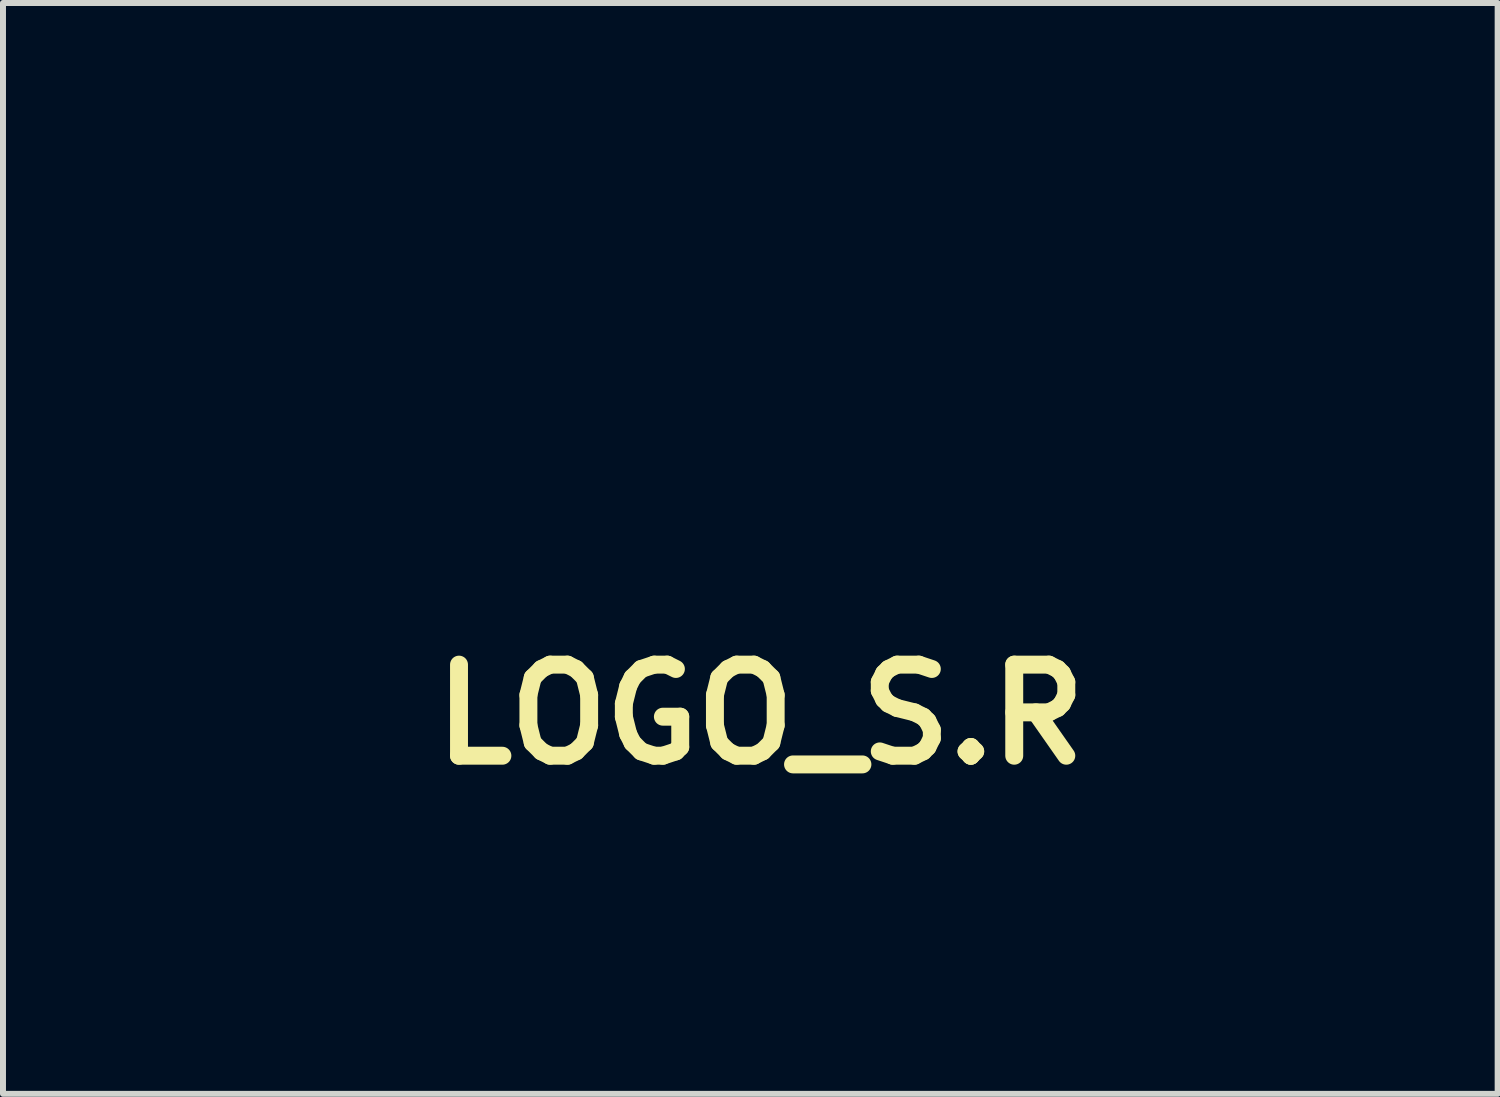
<source format=kicad_pcb>
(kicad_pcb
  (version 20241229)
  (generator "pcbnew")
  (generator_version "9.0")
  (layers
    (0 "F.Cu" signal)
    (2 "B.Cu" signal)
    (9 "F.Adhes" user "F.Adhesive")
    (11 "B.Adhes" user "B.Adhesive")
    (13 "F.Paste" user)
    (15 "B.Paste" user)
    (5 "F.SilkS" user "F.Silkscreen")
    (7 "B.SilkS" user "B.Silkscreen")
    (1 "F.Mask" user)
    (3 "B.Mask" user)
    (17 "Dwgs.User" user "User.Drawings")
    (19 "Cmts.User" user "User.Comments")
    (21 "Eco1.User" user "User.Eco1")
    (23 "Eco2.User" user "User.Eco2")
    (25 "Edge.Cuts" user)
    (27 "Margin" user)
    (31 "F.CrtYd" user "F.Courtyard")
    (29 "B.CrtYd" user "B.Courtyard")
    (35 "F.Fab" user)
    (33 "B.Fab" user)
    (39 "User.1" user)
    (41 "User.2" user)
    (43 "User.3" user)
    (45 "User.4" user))
  (footprint "LOGO_S.R"
    (layer "F.Cu")
    (at 9.673 8.904)
    (property "Reference" "LOGO_S.R" (at 0 0 0) (layer "F.SilkS") (effects (font (size 1.524 1.524) (thickness 0.3))))
    (attr board_only exclude_from_pos_files exclude_from_bom)
    (fp_poly (pts (xy -5.874 -6.746) (xy -5.887 -6.732) (xy -5.901 -6.746) (xy -5.887 -6.759)) (stroke (width 0) (type solid)) (fill yes) (layer "F.Mask"))
    (fp_poly (pts (xy -5.123 2.105) (xy -5.136 2.119) (xy -5.15 2.105) (xy -5.136 2.092)) (stroke (width 0) (type solid)) (fill yes) (layer "F.Mask"))
    (fp_poly (pts (xy -4.345 1.918) (xy -4.359 1.931) (xy -4.372 1.918) (xy -4.359 1.904)) (stroke (width 0) (type solid)) (fill yes) (layer "F.Mask"))
    (fp_poly (pts (xy -3.219 -6.075) (xy -3.232 -6.062) (xy -3.245 -6.075) (xy -3.232 -6.088)) (stroke (width 0) (type solid)) (fill yes) (layer "F.Mask"))
    (fp_poly (pts (xy -2.387 0.389) (xy -2.401 0.402) (xy -2.414 0.389) (xy -2.401 0.376)) (stroke (width 0) (type solid)) (fill yes) (layer "F.Mask"))
    (fp_poly (pts (xy -1.717 -0.603) (xy -1.73 -0.59) (xy -1.743 -0.603) (xy -1.73 -0.617)) (stroke (width 0) (type solid)) (fill yes) (layer "F.Mask"))
    (fp_poly (pts (xy -1.1 -7.014) (xy -1.113 -7) (xy -1.127 -7.014) (xy -1.113 -7.027)) (stroke (width 0) (type solid)) (fill yes) (layer "F.Mask"))
    (fp_poly (pts (xy 1.448 -1.194) (xy 1.435 -1.18) (xy 1.422 -1.194) (xy 1.435 -1.207)) (stroke (width 0) (type solid)) (fill yes) (layer "F.Mask"))
    (fp_poly (pts (xy 1.904 -0.872) (xy 1.891 -0.858) (xy 1.878 -0.872) (xy 1.891 -0.885)) (stroke (width 0) (type solid)) (fill yes) (layer "F.Mask"))
    (fp_poly (pts (xy 2.065 -0.308) (xy 2.052 -0.295) (xy 2.038 -0.308) (xy 2.052 -0.322)) (stroke (width 0) (type solid)) (fill yes) (layer "F.Mask"))
    (fp_poly (pts (xy 3.567 -1.596) (xy 3.554 -1.582) (xy 3.54 -1.596) (xy 3.554 -1.609)) (stroke (width 0) (type solid)) (fill yes) (layer "F.Mask"))
    (fp_poly (pts (xy 1.214 -3.991) (xy 1.435 -3.983) (xy 1.443 -3.695) (xy 1.45 -3.406) (xy 0.992 -3.406) (xy 0.992 -3.999)) (stroke (width 0) (type solid)) (fill yes) (layer "F.Mask"))
    (fp_poly (pts (xy 5.069 -3.406) (xy 4.611 -3.406) (xy 4.619 -3.695) (xy 4.627 -3.983) (xy 4.848 -3.987) (xy 5.069 -3.991)) (stroke (width 0) (type solid)) (fill yes) (layer "F.Mask"))
    (fp_poly (pts (xy 6.082 -4.768) (xy 6.075 -3.42) (xy 5.84 -3.412) (xy 5.606 -3.404) (xy 5.606 -6.115) (xy 6.089 -6.115)) (stroke (width 0) (type solid)) (fill yes) (layer "F.Mask"))
    (fp_poly (pts (xy -4.078 1.522) (xy -4.077 1.529) (xy -4.097 1.555) (xy -4.104 1.556) (xy -4.13 1.535) (xy -4.131 1.529) (xy -4.11 1.503) (xy -4.104 1.502)) (stroke (width 0) (type solid)) (fill yes) (layer "F.Mask"))
    (fp_poly (pts (xy -2.901 0.926) (xy -2.897 0.939) (xy -2.918 0.963) (xy -2.937 0.966) (xy -2.973 0.951) (xy -2.977 0.939) (xy -2.955 0.915) (xy -2.937 0.912)) (stroke (width 0) (type solid)) (fill yes) (layer "F.Mask"))
    (fp_poly (pts (xy -4.235 1.507) (xy -4.182 1.517) (xy -4.174 1.535) (xy -4.189 1.559) (xy -4.24 1.597) (xy -4.306 1.618) (xy -4.369 1.62) (xy -4.407 1.599) (xy -4.409 1.595) (xy -4.404 1.572) (xy -4.345 1.572) (xy -4.323 1.581) (xy -4.291 1.582) (xy -4.248 1.572) (xy -4.238 1.558) (xy -4.259 1.544) (xy -4.291 1.548) (xy -4.335 1.563) (xy -4.345 1.572) (xy -4.404 1.572) (xy -4.401 1.554) (xy -4.354 1.522) (xy -4.281 1.506)) (stroke (width 0) (type solid)) (fill yes) (layer "F.Mask"))
    (fp_poly (pts (xy 2.98 -6.115) (xy 3.164 -6.114) (xy 3.308 -6.112) (xy 3.419 -6.108) (xy 3.504 -6.102) (xy 3.57 -6.094) (xy 3.623 -6.083) (xy 3.672 -6.069) (xy 3.694 -6.062) (xy 3.865 -5.983) (xy 3.996 -5.876) (xy 4.1 -5.731) (xy 4.117 -5.699) (xy 4.157 -5.616) (xy 4.181 -5.545) (xy 4.193 -5.466) (xy 4.197 -5.36) (xy 4.197 -5.299) (xy 4.194 -5.169) (xy 4.184 -5.073) (xy 4.163 -4.993) (xy 4.128 -4.908) (xy 4.127 -4.907) (xy 4.048 -4.773) (xy 3.946 -4.654) (xy 3.836 -4.565) (xy 3.763 -4.528) (xy 3.676 -4.496) (xy 3.814 -4.239) (xy 3.89 -4.101) (xy 3.978 -3.941) (xy 4.066 -3.785) (xy 4.108 -3.71) (xy 4.17 -3.602) (xy 4.22 -3.511) (xy 4.253 -3.448) (xy 4.265 -3.422) (xy 4.24 -3.415) (xy 4.173 -3.41) (xy 4.075 -3.407) (xy 4.003 -3.406) (xy 3.741 -3.406) (xy 3.577 -3.695) (xy 3.497 -3.836) (xy 3.411 -3.99) (xy 3.33 -4.134) (xy 3.284 -4.218) (xy 3.155 -4.452) (xy 2.84 -4.452) (xy 2.712 -4.451) (xy 2.602 -4.447) (xy 2.521 -4.442) (xy 2.483 -4.436) (xy 2.468 -4.424) (xy 2.457 -4.397) (xy 2.449 -4.347) (xy 2.445 -4.267) (xy 2.442 -4.15) (xy 2.441 -3.99) (xy 2.441 -3.913) (xy 2.441 -3.406) (xy 2.217 -3.406) (xy 2.112 -3.408) (xy 2.029 -3.414) (xy 1.981 -3.421) (xy 1.976 -3.424) (xy 1.972 -3.454) (xy 1.969 -3.532) (xy 1.966 -3.653) (xy 1.963 -3.813) (xy 1.961 -4.005) (xy 1.96 -4.225) (xy 1.958 -4.468) (xy 1.958 -4.728) (xy 1.958 -4.779) (xy 1.958 -4.935) (xy 2.441 -4.935) (xy 2.97 -4.935) (xy 3.155 -4.936) (xy 3.294 -4.938) (xy 3.395 -4.941) (xy 3.468 -4.948) (xy 3.519 -4.958) (xy 3.558 -4.972) (xy 3.586 -4.988) (xy 3.667 -5.066) (xy 3.713 -5.175) (xy 3.722 -5.301) (xy 3.69 -5.43) (xy 3.663 -5.486) (xy 3.628 -5.528) (xy 3.58 -5.559) (xy 3.51 -5.581) (xy 3.412 -5.595) (xy 3.279 -5.602) (xy 3.104 -5.605) (xy 2.965 -5.606) (xy 2.441 -5.606) (xy 2.441 -4.935) (xy 1.958 -4.935) (xy 1.958 -6.115) (xy 2.75 -6.115)) (stroke (width 0) (type solid)) (fill yes) (layer "F.Mask"))
    (fp_poly (pts (xy 0.456 -5.608) (xy -0.294 -5.6) (xy -0.515 -5.598) (xy -0.688 -5.595) (xy -0.82 -5.592) (xy -0.918 -5.588) (xy -0.987 -5.582) (xy -1.034 -5.574) (xy -1.065 -5.563) (xy -1.087 -5.549) (xy -1.101 -5.536) (xy -1.145 -5.461) (xy -1.166 -5.345) (xy -1.167 -5.341) (xy -1.169 -5.252) (xy -1.156 -5.191) (xy -1.119 -5.136) (xy -1.1 -5.115) (xy -1.024 -5.029) (xy -0.465 -5.014) (xy -0.274 -5.009) (xy -0.128 -5.003) (xy -0.018 -4.996) (xy 0.064 -4.988) (xy 0.126 -4.976) (xy 0.178 -4.96) (xy 0.228 -4.939) (xy 0.391 -4.844) (xy 0.512 -4.721) (xy 0.571 -4.627) (xy 0.608 -4.522) (xy 0.632 -4.382) (xy 0.643 -4.226) (xy 0.64 -4.072) (xy 0.622 -3.937) (xy 0.603 -3.87) (xy 0.513 -3.708) (xy 0.382 -3.573) (xy 0.234 -3.483) (xy 0.194 -3.466) (xy 0.154 -3.452) (xy 0.109 -3.44) (xy 0.052 -3.432) (xy -0.024 -3.426) (xy -0.124 -3.421) (xy -0.255 -3.418) (xy -0.424 -3.415) (xy -0.638 -3.413) (xy -0.758 -3.411) (xy -1 -3.409) (xy -1.193 -3.409) (xy -1.343 -3.409) (xy -1.454 -3.412) (xy -1.533 -3.416) (xy -1.584 -3.422) (xy -1.613 -3.43) (xy -1.624 -3.441) (xy -1.63 -3.484) (xy -1.633 -3.565) (xy -1.631 -3.668) (xy -1.631 -3.69) (xy -1.623 -3.903) (xy -0.801 -3.916) (xy -0.568 -3.92) (xy -0.382 -3.924) (xy -0.239 -3.928) (xy -0.131 -3.933) (xy -0.053 -3.939) (xy 0.001 -3.947) (xy 0.038 -3.956) (xy 0.062 -3.968) (xy 0.078 -3.981) (xy 0.146 -4.074) (xy 0.176 -4.186) (xy 0.168 -4.301) (xy 0.124 -4.404) (xy 0.044 -4.481) (xy 0.004 -4.502) (xy -0.043 -4.516) (xy -0.109 -4.525) (xy -0.203 -4.53) (xy -0.334 -4.533) (xy -0.443 -4.533) (xy -0.601 -4.535) (xy -0.757 -4.54) (xy -0.894 -4.548) (xy -0.998 -4.558) (xy -1.018 -4.561) (xy -1.226 -4.616) (xy -1.394 -4.706) (xy -1.52 -4.831) (xy -1.607 -4.991) (xy -1.652 -5.186) (xy -1.657 -5.412) (xy -1.633 -5.595) (xy -1.58 -5.742) (xy -1.493 -5.866) (xy -1.422 -5.934) (xy -1.361 -5.983) (xy -1.3 -6.023) (xy -1.233 -6.054) (xy -1.153 -6.077) (xy -1.054 -6.093) (xy -0.928 -6.104) (xy -0.77 -6.111) (xy -0.572 -6.114) (xy -0.328 -6.115) (xy -0.292 -6.115) (xy 0.456 -6.115)) (stroke (width 0) (type solid)) (fill yes) (layer "F.Mask"))
    (fp_poly (pts (xy -3.338 0.474) (xy -3.191 0.489) (xy -3.131 0.496) (xy -3.035 0.503) (xy -2.965 0.498) (xy -2.943 0.49) (xy -2.9 0.478) (xy -2.823 0.476) (xy -2.763 0.48) (xy -2.679 0.493) (xy -2.645 0.508) (xy -2.65 0.519) (xy -2.669 0.544) (xy -2.649 0.582) (xy -2.638 0.594) (xy -2.608 0.633) (xy -2.617 0.651) (xy -2.65 0.661) (xy -2.696 0.688) (xy -2.709 0.714) (xy -2.731 0.744) (xy -2.765 0.751) (xy -2.817 0.772) (xy -2.834 0.801) (xy -2.852 0.831) (xy -2.895 0.846) (xy -2.976 0.851) (xy -2.989 0.851) (xy -3.092 0.843) (xy -3.148 0.819) (xy -3.155 0.81) (xy -3.185 0.784) (xy -3.232 0.797) (xy -3.238 0.801) (xy -3.341 0.83) (xy -3.448 0.807) (xy -3.489 0.785) (xy -3.543 0.739) (xy -3.56 0.704) (xy -3.509 0.704) (xy -3.494 0.729) (xy -3.493 0.73) (xy -3.439 0.773) (xy -3.382 0.788) (xy -3.341 0.773) (xy -3.334 0.762) (xy -3.3 0.735) (xy -3.273 0.737) (xy -3.24 0.738) (xy -3.232 0.703) (xy -3.234 0.678) (xy -3.23 0.617) (xy -3.21 0.584) (xy -3.161 0.568) (xy -3.104 0.565) (xy -3.064 0.576) (xy -3.058 0.588) (xy -3.036 0.601) (xy -3.004 0.598) (xy -2.96 0.6) (xy -2.95 0.625) (xy -2.932 0.668) (xy -2.917 0.678) (xy -2.894 0.697) (xy -2.924 0.72) (xy -2.984 0.738) (xy -3.037 0.746) (xy -3.056 0.725) (xy -3.058 0.699) (xy -3.068 0.66) (xy -3.084 0.657) (xy -3.105 0.691) (xy -3.112 0.743) (xy -3.106 0.794) (xy -3.089 0.822) (xy -3.078 0.822) (xy -3.035 0.806) (xy -2.96 0.78) (xy -2.905 0.762) (xy -2.823 0.729) (xy -2.768 0.695) (xy -2.743 0.668) (xy -2.754 0.652) (xy -2.807 0.655) (xy -2.818 0.658) (xy -2.878 0.664) (xy -2.906 0.644) (xy -2.911 0.63) (xy -2.709 0.63) (xy -2.696 0.644) (xy -2.682 0.63) (xy -2.696 0.617) (xy -2.709 0.63) (xy -2.911 0.63) (xy -2.915 0.621) (xy -2.94 0.582) (xy -3 0.556) (xy -3.054 0.546) (xy -3.133 0.535) (xy -3.192 0.532) (xy -3.205 0.534) (xy -3.252 0.543) (xy -3.293 0.549) (xy -3.359 0.566) (xy -3.377 0.601) (xy -3.358 0.645) (xy -3.331 0.695) (xy -3.339 0.716) (xy -3.388 0.714) (xy -3.426 0.708) (xy -3.489 0.698) (xy -3.509 0.704) (xy -3.56 0.704) (xy -3.566 0.691) (xy -3.555 0.655) (xy -3.518 0.644) (xy -3.459 0.631) (xy -3.446 0.591) (xy -3.451 0.574) (xy -3.486 0.547) (xy -3.543 0.536) (xy -3.599 0.528) (xy -3.604 0.523) (xy -3.433 0.523) (xy -3.42 0.536) (xy -3.409 0.526) (xy -2.804 0.526) (xy -2.789 0.55) (xy -2.749 0.584) (xy -2.729 0.59) (xy -2.721 0.574) (xy -2.736 0.55) (xy -2.776 0.516) (xy -2.796 0.51) (xy -2.804 0.526) (xy -3.409 0.526) (xy -3.406 0.523) (xy -3.42 0.51) (xy -3.433 0.523) (xy -3.604 0.523) (xy -3.621 0.507) (xy -3.597 0.491) (xy -3.534 0.496) (xy -3.48 0.503) (xy -3.477 0.493) (xy -3.484 0.487) (xy -3.486 0.473) (xy -3.437 0.468)) (stroke (width 0) (type solid)) (fill yes) (layer "F.Mask"))
    (fp_poly (pts (xy 2.01 -1.848) (xy 2.004 -1.785) (xy 2.002 -1.774) (xy 1.998 -1.674) (xy 2.016 -1.596) (xy 2.034 -1.538) (xy 2.017 -1.497) (xy 2.005 -1.483) (xy 1.975 -1.46) (xy 1.951 -1.47) (xy 1.923 -1.521) (xy 1.916 -1.535) (xy 1.873 -1.601) (xy 1.819 -1.651) (xy 1.768 -1.676) (xy 1.733 -1.667) (xy 1.731 -1.665) (xy 1.739 -1.637) (xy 1.757 -1.626) (xy 1.794 -1.597) (xy 1.78 -1.558) (xy 1.723 -1.517) (xy 1.683 -1.49) (xy 1.682 -1.477) (xy 1.685 -1.476) (xy 1.737 -1.487) (xy 1.769 -1.501) (xy 1.82 -1.511) (xy 1.855 -1.484) (xy 1.877 -1.446) (xy 1.858 -1.428) (xy 1.857 -1.428) (xy 1.837 -1.402) (xy 1.841 -1.388) (xy 1.842 -1.372) (xy 1.83 -1.378) (xy 1.791 -1.377) (xy 1.722 -1.357) (xy 1.658 -1.331) (xy 1.523 -1.27) (xy 1.427 -1.229) (xy 1.362 -1.205) (xy 1.318 -1.197) (xy 1.286 -1.202) (xy 1.256 -1.217) (xy 1.244 -1.225) (xy 1.197 -1.253) (xy 1.182 -1.243) (xy 1.185 -1.191) (xy 1.182 -1.131) (xy 1.153 -1.113) (xy 1.104 -1.095) (xy 1.073 -1.068) (xy 1.018 -1.031) (xy 0.949 -1.007) (xy 0.891 -1.001) (xy 0.854 -1.023) (xy 0.823 -1.078) (xy 0.794 -1.131) (xy 0.781 -1.137) (xy 0.778 -1.108) (xy 0.755 -1.052) (xy 0.724 -1.033) (xy 0.687 -1.01) (xy 0.696 -0.969) (xy 0.697 -0.966) (xy 0.719 -0.92) (xy 0.712 -0.893) (xy 0.669 -0.872) (xy 0.626 -0.857) (xy 0.555 -0.828) (xy 0.456 -0.783) (xy 0.349 -0.73) (xy 0.332 -0.721) (xy 0.236 -0.672) (xy 0.155 -0.636) (xy 0.103 -0.618) (xy 0.095 -0.617) (xy 0.06 -0.639) (xy 0.017 -0.695) (xy -0.000484 -0.725) (xy -0.026 -0.766) (xy 0.111 -0.766) (xy 0.117 -0.752) (xy 0.133 -0.751) (xy 0.169 -0.77) (xy 0.174 -0.778) (xy 0.17 -0.793) (xy 0.149 -0.788) (xy 0.111 -0.766) (xy -0.026 -0.766) (xy -0.038 -0.786) (xy -0.071 -0.817) (xy -0.081 -0.817) (xy -0.089 -0.784) (xy -0.067 -0.724) (xy -0.033 -0.635) (xy -0.031 -0.571) (xy -0.061 -0.538) (xy -0.076 -0.536) (xy -0.124 -0.562) (xy -0.171 -0.637) (xy -0.174 -0.644) (xy -0.221 -0.721) (xy -0.269 -0.751) (xy -0.272 -0.751) (xy -0.316 -0.764) (xy -0.319 -0.796) (xy -0.298 -0.823) (xy 0.224 -0.823) (xy 0.227 -0.807) (xy 0.241 -0.805) (xy 0.263 -0.814) (xy 0.259 -0.823) (xy 0.227 -0.826) (xy 0.224 -0.823) (xy -0.298 -0.823) (xy -0.287 -0.836) (xy -0.224 -0.873) (xy -0.221 -0.874) (xy -0.181 -0.892) (xy 0.086 -0.892) (xy 0.106 -0.889) (xy 0.156 -0.904) (xy 0.174 -0.912) (xy 0.205 -0.93) (xy 0.188 -0.936) (xy 0.13 -0.924) (xy 0.107 -0.912) (xy 0.086 -0.892) (xy -0.181 -0.892) (xy -0.126 -0.916) (xy -0.03 -0.963) (xy -0.023 -0.967) (xy 0.047 -1) (xy 0.1 -1.018) (xy 0.109 -1.019) (xy 0.154 -1.036) (xy 0.194 -1.065) (xy 0.24 -1.095) (xy 0.285 -1.085) (xy 0.3 -1.076) (xy 0.34 -1.055) (xy 0.346 -1.067) (xy 0.34 -1.085) (xy 0.345 -1.128) (xy 0.372 -1.144) (xy 0.626 -1.144) (xy 0.63 -1.128) (xy 0.644 -1.127) (xy 0.666 -1.136) (xy 0.662 -1.144) (xy 0.63 -1.148) (xy 0.626 -1.144) (xy 0.372 -1.144) (xy 0.383 -1.151) (xy 0.437 -1.164) (xy 0.463 -1.162) (xy 0.482 -1.169) (xy 0.483 -1.175) (xy 0.506 -1.204) (xy 0.562 -1.232) (xy 0.611 -1.246) (xy 0.86 -1.246) (xy 0.885 -1.249) (xy 0.927 -1.266) (xy 0.982 -1.284) (xy 1.013 -1.269) (xy 1.02 -1.259) (xy 1.023 -1.222) (xy 0.979 -1.186) (xy 0.978 -1.186) (xy 0.93 -1.157) (xy 0.912 -1.139) (xy 0.932 -1.126) (xy 0.978 -1.135) (xy 1.029 -1.161) (xy 1.029 -1.161) (xy 1.06 -1.194) (xy 1.057 -1.237) (xy 1.044 -1.267) (xy 1.018 -1.314) (xy 0.989 -1.323) (xy 0.935 -1.299) (xy 0.877 -1.265) (xy 0.86 -1.246) (xy 0.611 -1.246) (xy 0.629 -1.252) (xy 0.688 -1.255) (xy 0.695 -1.253) (xy 0.733 -1.254) (xy 0.735 -1.272) (xy 0.749 -1.3) (xy 0.797 -1.337) (xy 0.853 -1.368) (xy 1.127 -1.368) (xy 1.136 -1.342) (xy 1.138 -1.341) (xy 1.161 -1.36) (xy 1.167 -1.368) (xy 1.165 -1.393) (xy 1.155 -1.395) (xy 1.128 -1.375) (xy 1.127 -1.368) (xy 0.853 -1.368) (xy 0.86 -1.372) (xy 0.922 -1.395) (xy 0.953 -1.398) (xy 1.292 -1.398) (xy 1.302 -1.337) (xy 1.338 -1.295) (xy 1.36 -1.288) (xy 1.355 -1.31) (xy 1.337 -1.364) (xy 1.333 -1.375) (xy 1.312 -1.429) (xy 1.301 -1.437) (xy 1.293 -1.401) (xy 1.292 -1.398) (xy 0.953 -1.398) (xy 0.959 -1.398) (xy 0.99 -1.407) (xy 0.992 -1.415) (xy 1.015 -1.446) (xy 1.07 -1.477) (xy 1.137 -1.502) (xy 1.194 -1.511) (xy 1.216 -1.503) (xy 1.258 -1.477) (xy 1.277 -1.497) (xy 1.278 -1.519) (xy 1.285 -1.566) (xy 1.314 -1.571) (xy 1.354 -1.538) (xy 1.395 -1.476) (xy 1.434 -1.408) (xy 1.467 -1.38) (xy 1.507 -1.382) (xy 1.51 -1.383) (xy 1.556 -1.399) (xy 1.575 -1.418) (xy 1.568 -1.456) (xy 1.538 -1.527) (xy 1.532 -1.542) (xy 1.496 -1.623) (xy 1.663 -1.623) (xy 1.676 -1.609) (xy 1.69 -1.623) (xy 1.676 -1.636) (xy 1.663 -1.623) (xy 1.496 -1.623) (xy 1.477 -1.667) (xy 1.628 -1.736) (xy 1.726 -1.775) (xy 1.789 -1.787) (xy 1.821 -1.778) (xy 1.86 -1.769) (xy 1.891 -1.807) (xy 1.891 -1.808) (xy 1.934 -1.856) (xy 1.969 -1.873) (xy 2 -1.873)) (stroke (width 0) (type solid)) (fill yes) (layer "F.Mask"))
    (fp_poly (pts (xy 1.852 -0.823) (xy 1.879 -0.715) (xy 1.929 -0.655) (xy 1.998 -0.645) (xy 2.086 -0.685) (xy 2.136 -0.724) (xy 2.194 -0.772) (xy 2.233 -0.789) (xy 2.27 -0.778) (xy 2.301 -0.759) (xy 2.377 -0.71) (xy 2.415 -0.674) (xy 2.422 -0.633) (xy 2.403 -0.572) (xy 2.39 -0.538) (xy 2.363 -0.461) (xy 2.355 -0.414) (xy 2.368 -0.376) (xy 2.392 -0.341) (xy 2.434 -0.295) (xy 2.479 -0.286) (xy 2.528 -0.297) (xy 2.629 -0.32) (xy 2.696 -0.314) (xy 2.742 -0.276) (xy 2.774 -0.221) (xy 2.822 -0.121) (xy 2.712 -0.023) (xy 2.647 0.039) (xy 2.618 0.086) (xy 2.614 0.133) (xy 2.617 0.153) (xy 2.637 0.206) (xy 2.68 0.24) (xy 2.752 0.266) (xy 2.826 0.292) (xy 2.875 0.315) (xy 2.884 0.323) (xy 2.889 0.362) (xy 2.884 0.43) (xy 2.881 0.454) (xy 2.865 0.524) (xy 2.836 0.559) (xy 2.779 0.576) (xy 2.766 0.578) (xy 2.668 0.597) (xy 2.61 0.616) (xy 2.58 0.643) (xy 2.564 0.684) (xy 2.563 0.687) (xy 2.562 0.744) (xy 2.593 0.805) (xy 2.627 0.848) (xy 2.676 0.906) (xy 2.705 0.948) (xy 2.709 0.957) (xy 2.693 1) (xy 2.656 1.059) (xy 2.611 1.115) (xy 2.571 1.149) (xy 2.56 1.153) (xy 2.513 1.144) (xy 2.44 1.12) (xy 2.416 1.111) (xy 2.347 1.086) (xy 2.305 1.084) (xy 2.269 1.106) (xy 2.253 1.12) (xy 2.218 1.163) (xy 2.21 1.211) (xy 2.222 1.28) (xy 2.233 1.378) (xy 2.208 1.444) (xy 2.141 1.489) (xy 2.103 1.503) (xy 2.042 1.52) (xy 2.001 1.514) (xy 1.961 1.478) (xy 1.927 1.438) (xy 1.857 1.369) (xy 1.79 1.342) (xy 1.769 1.341) (xy 1.719 1.347) (xy 1.688 1.376) (xy 1.665 1.441) (xy 1.661 1.455) (xy 1.636 1.529) (xy 1.609 1.58) (xy 1.6 1.589) (xy 1.548 1.605) (xy 1.476 1.609) (xy 1.407 1.601) (xy 1.361 1.584) (xy 1.354 1.576) (xy 1.337 1.51) (xy 1.322 1.424) (xy 1.316 1.364) (xy 1.292 1.324) (xy 1.238 1.293) (xy 1.187 1.281) (xy 1.141 1.293) (xy 1.081 1.335) (xy 1.058 1.354) (xy 0.978 1.411) (xy 0.915 1.424) (xy 0.858 1.396) (xy 0.839 1.378) (xy 0.79 1.343) (xy 0.772 1.334) (xy 0.755 1.315) (xy 0.759 1.269) (xy 0.785 1.186) (xy 0.785 1.185) (xy 0.812 1.099) (xy 0.817 1.043) (xy 0.803 0.999) (xy 0.799 0.992) (xy 0.773 0.96) (xy 0.736 0.946) (xy 0.673 0.947) (xy 0.612 0.953) (xy 0.525 0.961) (xy 0.475 0.958) (xy 0.446 0.936) (xy 0.419 0.892) (xy 0.418 0.889) (xy 0.385 0.81) (xy 0.903 0.81) (xy 0.91 0.828) (xy 0.955 0.884) (xy 1.029 0.95) (xy 1.112 1.011) (xy 1.185 1.052) (xy 1.198 1.057) (xy 1.247 1.055) (xy 1.267 1.021) (xy 1.259 0.986) (xy 1.38 0.986) (xy 1.406 0.99) (xy 1.441 0.985) (xy 1.441 0.976) (xy 1.405 0.97) (xy 1.39 0.974) (xy 1.38 0.986) (xy 1.259 0.986) (xy 1.255 0.969) (xy 1.227 0.932) (xy 1.185 0.865) (xy 1.188 0.845) (xy 1.314 0.845) (xy 1.328 0.858) (xy 1.341 0.845) (xy 1.328 0.831) (xy 1.314 0.845) (xy 1.188 0.845) (xy 1.195 0.8) (xy 1.222 0.766) (xy 1.289 0.721) (xy 1.363 0.701) (xy 1.428 0.708) (xy 1.468 0.742) (xy 1.475 0.771) (xy 1.494 0.825) (xy 1.529 0.865) (xy 1.576 0.933) (xy 1.573 1.007) (xy 1.522 1.08) (xy 1.462 1.124) (xy 1.443 1.14) (xy 1.459 1.148) (xy 1.517 1.15) (xy 1.601 1.147) (xy 1.698 1.14) (xy 1.773 1.131) (xy 1.811 1.121) (xy 1.812 1.12) (xy 1.81 1.09) (xy 1.787 1.023) (xy 1.75 0.932) (xy 1.729 0.886) (xy 1.675 0.778) (xy 1.634 0.711) (xy 1.599 0.678) (xy 1.571 0.671) (xy 1.511 0.658) (xy 1.435 0.628) (xy 1.421 0.621) (xy 1.333 0.574) (xy 1.865 0.574) (xy 1.874 0.622) (xy 1.901 0.694) (xy 1.946 0.797) (xy 2.045 1.018) (xy 2.121 0.964) (xy 2.193 0.903) (xy 2.252 0.84) (xy 2.296 0.776) (xy 2.301 0.742) (xy 2.268 0.734) (xy 2.263 0.734) (xy 2.222 0.712) (xy 2.174 0.648) (xy 2.157 0.617) (xy 2.11 0.539) (xy 2.068 0.506) (xy 2.043 0.504) (xy 1.994 0.49) (xy 1.978 0.459) (xy 1.979 0.423) (xy 2.012 0.391) (xy 2.085 0.354) (xy 2.093 0.351) (xy 2.172 0.319) (xy 2.233 0.299) (xy 2.252 0.295) (xy 2.288 0.315) (xy 2.297 0.36) (xy 2.276 0.404) (xy 2.269 0.41) (xy 2.245 0.434) (xy 2.242 0.465) (xy 2.262 0.52) (xy 2.282 0.562) (xy 2.318 0.627) (xy 2.346 0.649) (xy 2.37 0.626) (xy 2.394 0.555) (xy 2.413 0.475) (xy 2.426 0.38) (xy 2.427 0.282) (xy 2.417 0.194) (xy 2.398 0.131) (xy 2.372 0.107) (xy 2.334 0.118) (xy 2.26 0.147) (xy 2.166 0.188) (xy 2.135 0.203) (xy 2.03 0.254) (xy 1.967 0.294) (xy 1.937 0.328) (xy 1.931 0.357) (xy 1.919 0.422) (xy 1.889 0.496) (xy 1.871 0.536) (xy 1.865 0.574) (xy 1.333 0.574) (xy 1.328 0.571) (xy 1.105 0.674) (xy 1 0.723) (xy 0.937 0.758) (xy 0.907 0.785) (xy 0.903 0.81) (xy 0.385 0.81) (xy 0.383 0.804) (xy 0.386 0.743) (xy 0.432 0.686) (xy 0.469 0.655) (xy 0.541 0.58) (xy 0.565 0.506) (xy 0.542 0.442) (xy 0.473 0.397) (xy 0.442 0.387) (xy 0.356 0.357) (xy 0.338 0.338) (xy 0.745 0.338) (xy 0.75 0.433) (xy 0.762 0.502) (xy 0.781 0.561) (xy 0.934 0.492) (xy 0.935 0.492) (xy 1.565 0.492) (xy 1.568 0.508) (xy 1.582 0.51) (xy 1.605 0.5) (xy 1.6 0.492) (xy 1.569 0.489) (xy 1.565 0.492) (xy 0.935 0.492) (xy 1.032 0.448) (xy 1.125 0.407) (xy 1.173 0.386) (xy 1.24 0.343) (xy 1.26 0.288) (xy 1.26 0.288) (xy 1.258 0.275) (xy 1.476 0.275) (xy 1.484 0.328) (xy 1.502 0.349) (xy 1.527 0.328) (xy 1.528 0.315) (xy 1.519 0.281) (xy 1.677 0.281) (xy 1.702 0.304) (xy 1.739 0.359) (xy 1.737 0.398) (xy 1.729 0.447) (xy 1.741 0.448) (xy 1.769 0.404) (xy 1.781 0.35) (xy 1.755 0.31) (xy 1.708 0.276) (xy 1.683 0.268) (xy 1.677 0.281) (xy 1.519 0.281) (xy 1.514 0.264) (xy 1.502 0.241) (xy 1.483 0.223) (xy 1.476 0.251) (xy 1.476 0.275) (xy 1.258 0.275) (xy 1.253 0.252) (xy 1.24 0.256) (xy 1.202 0.289) (xy 1.137 0.325) (xy 1.064 0.357) (xy 1.002 0.377) (xy 0.97 0.378) (xy 0.946 0.347) (xy 0.908 0.282) (xy 0.87 0.205) (xy 0.828 0.122) (xy 0.8 0.083) (xy 0.78 0.081) (xy 0.772 0.092) (xy 0.757 0.148) (xy 0.748 0.236) (xy 0.745 0.338) (xy 0.338 0.338) (xy 0.311 0.31) (xy 0.296 0.231) (xy 0.295 0.2) (xy 0.297 0.135) (xy 0.311 0.095) (xy 0.342 0.075) (xy 0.971 0.075) (xy 0.979 0.08) (xy 1.023 0.066) (xy 1.046 0.054) (xy 1.068 0.032) (xy 1.059 0.028) (xy 1.015 0.041) (xy 0.992 0.054) (xy 0.971 0.075) (xy 0.342 0.075) (xy 0.349 0.071) (xy 0.421 0.053) (xy 0.488 0.042) (xy 0.557 0.022) (xy 0.59 -0.012) (xy 0.81 -0.012) (xy 0.838 -0.017) (xy 0.897 -0.039) (xy 0.935 -0.055) (xy 1.023 -0.088) (xy 1.075 -0.088) (xy 1.097 -0.055) (xy 1.1 -0.025) (xy 1.112 0.017) (xy 1.128 0.027) (xy 1.151 0.045) (xy 1.148 0.087) (xy 1.123 0.136) (xy 1.085 0.171) (xy 1.08 0.174) (xy 1.027 0.203) (xy 1.021 0.219) (xy 1.055 0.218) (xy 1.117 0.198) (xy 1.189 0.174) (xy 1.227 0.18) (xy 1.234 0.187) (xy 1.26 0.192) (xy 1.297 0.15) (xy 1.328 0.096) (xy 1.341 0.062) (xy 1.33 0.025) (xy 1.301 -0.042) (xy 1.262 -0.128) (xy 1.217 -0.217) (xy 1.175 -0.297) (xy 1.142 -0.354) (xy 1.124 -0.376) (xy 1.085 -0.357) (xy 1.027 -0.309) (xy 0.962 -0.242) (xy 0.898 -0.168) (xy 0.845 -0.098) (xy 0.813 -0.042) (xy 0.81 -0.012) (xy 0.59 -0.012) (xy 0.591 -0.014) (xy 0.604 -0.055) (xy 0.608 -0.115) (xy 0.585 -0.171) (xy 0.538 -0.23) (xy 0.488 -0.295) (xy 0.475 -0.344) (xy 0.501 -0.398) (xy 0.545 -0.449) (xy 0.595 -0.494) (xy 0.645 -0.506) (xy 0.714 -0.487) (xy 0.761 -0.466) (xy 0.824 -0.439) (xy 0.865 -0.438) (xy 0.9 -0.46) (xy 1.369 -0.46) (xy 1.375 -0.425) (xy 1.4 -0.362) (xy 1.446 -0.262) (xy 1.451 -0.251) (xy 1.502 -0.146) (xy 1.54 -0.08) (xy 1.574 -0.042) (xy 1.613 -0.023) (xy 1.644 -0.016) (xy 1.723 0.007) (xy 1.786 0.04) (xy 1.786 0.04) (xy 1.832 0.068) (xy 1.854 0.073) (xy 1.884 0.06) (xy 1.951 0.03) (xy 2.041 -0.012) (xy 2.074 -0.027) (xy 2.168 -0.073) (xy 2.239 -0.115) (xy 2.276 -0.145) (xy 2.279 -0.151) (xy 2.26 -0.186) (xy 2.211 -0.24) (xy 2.145 -0.302) (xy 2.075 -0.36) (xy 2.013 -0.401) (xy 2.012 -0.402) (xy 1.955 -0.421) (xy 1.933 -0.402) (xy 1.951 -0.35) (xy 1.952 -0.348) (xy 1.982 -0.275) (xy 1.965 -0.226) (xy 1.918 -0.204) (xy 1.868 -0.182) (xy 1.851 -0.162) (xy 1.872 -0.155) (xy 1.925 -0.168) (xy 1.942 -0.175) (xy 2.007 -0.197) (xy 2.044 -0.194) (xy 2.063 -0.177) (xy 2.078 -0.138) (xy 2.059 -0.114) (xy 1.999 -0.075) (xy 1.924 -0.037) (xy 1.854 -0.008) (xy 1.817 0) (xy 1.789 -0.022) (xy 1.749 -0.079) (xy 1.706 -0.155) (xy 1.667 -0.235) (xy 1.642 -0.304) (xy 1.642 -0.304) (xy 1.81 -0.304) (xy 1.821 -0.296) (xy 1.863 -0.312) (xy 1.877 -0.321) (xy 1.904 -0.348) (xy 1.904 -0.358) (xy 1.875 -0.354) (xy 1.839 -0.333) (xy 1.81 -0.304) (xy 1.642 -0.304) (xy 1.636 -0.335) (xy 1.658 -0.371) (xy 1.713 -0.413) (xy 1.734 -0.424) (xy 1.792 -0.461) (xy 1.806 -0.488) (xy 1.801 -0.494) (xy 1.754 -0.506) (xy 1.672 -0.512) (xy 1.575 -0.512) (xy 1.484 -0.506) (xy 1.416 -0.495) (xy 1.406 -0.491) (xy 1.38 -0.479) (xy 1.369 -0.46) (xy 0.9 -0.46) (xy 0.908 -0.465) (xy 0.917 -0.472) (xy 0.962 -0.522) (xy 0.967 -0.583) (xy 0.963 -0.603) (xy 0.945 -0.702) (xy 0.947 -0.765) (xy 0.976 -0.806) (xy 1.037 -0.841) (xy 1.049 -0.846) (xy 1.16 -0.896) (xy 1.24 -0.797) (xy 1.303 -0.73) (xy 1.363 -0.701) (xy 1.404 -0.697) (xy 1.456 -0.703) (xy 1.489 -0.726) (xy 1.516 -0.783) (xy 1.53 -0.825) (xy 1.571 -0.952) (xy 1.837 -0.952)) (stroke (width 0) (type solid)) (fill yes) (layer "F.Mask"))
    (fp_poly (pts (xy 0.189 -8.903) (xy 0.429 -8.899) (xy 0.648 -8.892) (xy 0.833 -8.883) (xy 0.912 -8.877) (xy 1.661 -8.784) (xy 2.386 -8.644) (xy 3.086 -8.456) (xy 3.762 -8.221) (xy 4.415 -7.939) (xy 4.774 -7.758) (xy 4.906 -7.685) (xy 5.062 -7.593) (xy 5.231 -7.49) (xy 5.403 -7.382) (xy 5.566 -7.277) (xy 5.708 -7.181) (xy 5.82 -7.101) (xy 5.854 -7.075) (xy 5.917 -7.029) (xy 5.955 -7.014) (xy 5.984 -7.027) (xy 5.994 -7.036) (xy 6.037 -7.06) (xy 6.115 -7.08) (xy 6.232 -7.095) (xy 6.39 -7.107) (xy 6.592 -7.115) (xy 6.842 -7.119) (xy 7.135 -7.121) (xy 7.366 -7.12) (xy 7.553 -7.117) (xy 7.703 -7.112) (xy 7.826 -7.104) (xy 7.929 -7.093) (xy 8.021 -7.079) (xy 8.056 -7.072) (xy 8.367 -6.991) (xy 8.638 -6.883) (xy 8.867 -6.748) (xy 9.051 -6.589) (xy 9.191 -6.407) (xy 9.284 -6.202) (xy 9.329 -5.978) (xy 9.333 -5.874) (xy 9.327 -5.748) (xy 9.312 -5.623) (xy 9.29 -5.513) (xy 9.265 -5.433) (xy 9.246 -5.401) (xy 9.229 -5.36) (xy 9.227 -5.338) (xy 9.215 -5.295) (xy 9.184 -5.221) (xy 9.141 -5.13) (xy 9.093 -5.035) (xy 9.046 -4.949) (xy 9.007 -4.886) (xy 8.983 -4.859) (xy 8.96 -4.828) (xy 8.958 -4.812) (xy 8.944 -4.778) (xy 8.933 -4.774) (xy 8.905 -4.752) (xy 8.893 -4.727) (xy 8.877 -4.692) (xy 8.844 -4.643) (xy 8.787 -4.571) (xy 8.718 -4.487) (xy 8.693 -4.442) (xy 8.69 -4.427) (xy 8.67 -4.394) (xy 8.623 -4.356) (xy 8.575 -4.315) (xy 8.556 -4.28) (xy 8.537 -4.252) (xy 8.486 -4.193) (xy 8.407 -4.109) (xy 8.307 -4.007) (xy 8.192 -3.892) (xy 8.068 -3.77) (xy 7.941 -3.648) (xy 7.818 -3.53) (xy 7.704 -3.424) (xy 7.606 -3.335) (xy 7.529 -3.268) (xy 7.5 -3.246) (xy 7.425 -3.187) (xy 7.371 -3.14) (xy 7.349 -3.114) (xy 7.349 -3.113) (xy 7.328 -3.09) (xy 7.274 -3.053) (xy 7.242 -3.034) (xy 7.178 -2.994) (xy 7.139 -2.961) (xy 7.135 -2.952) (xy 7.114 -2.926) (xy 7.062 -2.884) (xy 7.026 -2.859) (xy 6.951 -2.804) (xy 6.889 -2.751) (xy 6.872 -2.735) (xy 6.831 -2.695) (xy 6.807 -2.682) (xy 6.779 -2.667) (xy 6.721 -2.629) (xy 6.646 -2.576) (xy 6.568 -2.518) (xy 6.498 -2.465) (xy 6.45 -2.425) (xy 6.437 -2.412) (xy 6.406 -2.389) (xy 6.349 -2.356) (xy 6.343 -2.353) (xy 6.266 -2.305) (xy 6.204 -2.255) (xy 6.155 -2.215) (xy 6.123 -2.199) (xy 6.092 -2.184) (xy 6.033 -2.145) (xy 5.96 -2.092) (xy 5.865 -2.022) (xy 5.765 -1.953) (xy 5.706 -1.914) (xy 5.638 -1.872) (xy 5.592 -1.842) (xy 5.582 -1.834) (xy 5.587 -1.808) (xy 5.611 -1.743) (xy 5.649 -1.653) (xy 5.673 -1.596) (xy 5.723 -1.488) (xy 5.763 -1.415) (xy 5.805 -1.365) (xy 5.86 -1.323) (xy 5.939 -1.276) (xy 5.947 -1.272) (xy 6.117 -1.166) (xy 6.241 -1.063) (xy 6.326 -0.957) (xy 6.355 -0.902) (xy 6.41 -0.763) (xy 6.459 -0.614) (xy 6.495 -0.47) (xy 6.515 -0.349) (xy 6.518 -0.305) (xy 6.512 -0.226) (xy 6.492 -0.182) (xy 6.454 -0.158) (xy 6.402 -0.144) (xy 6.341 -0.155) (xy 6.263 -0.185) (xy 6.19 -0.217) (xy 6.14 -0.237) (xy 6.128 -0.241) (xy 6.124 -0.217) (xy 6.118 -0.152) (xy 6.112 -0.059) (xy 6.111 -0.038) (xy 6.103 0.069) (xy 6.092 0.137) (xy 6.071 0.18) (xy 6.037 0.213) (xy 6.034 0.215) (xy 5.962 0.251) (xy 5.874 0.273) (xy 5.863 0.274) (xy 5.816 0.279) (xy 5.779 0.293) (xy 5.744 0.324) (xy 5.703 0.38) (xy 5.647 0.47) (xy 5.608 0.535) (xy 5.536 0.65) (xy 5.463 0.758) (xy 5.398 0.844) (xy 5.364 0.881) (xy 5.311 0.922) (xy 5.221 0.976) (xy 5.092 1.045) (xy 4.921 1.129) (xy 4.704 1.231) (xy 4.6 1.278) (xy 4.41 1.365) (xy 4.225 1.45) (xy 4.052 1.53) (xy 3.903 1.599) (xy 3.785 1.655) (xy 3.715 1.688) (xy 3.592 1.747) (xy 3.463 1.807) (xy 3.354 1.858) (xy 3.339 1.865) (xy 3.152 1.95) (xy 2.931 2.052) (xy 2.669 2.174) (xy 2.611 2.202) (xy 2.5 2.253) (xy 2.397 2.3) (xy 2.319 2.335) (xy 2.302 2.342) (xy 2.259 2.361) (xy 2.173 2.4) (xy 2.049 2.457) (xy 1.894 2.528) (xy 1.712 2.612) (xy 1.509 2.705) (xy 1.292 2.806) (xy 1.18 2.858) (xy 0.922 2.977) (xy 0.706 3.076) (xy 0.527 3.157) (xy 0.38 3.221) (xy 0.258 3.269) (xy 0.155 3.304) (xy 0.066 3.327) (xy -0.015 3.341) (xy -0.095 3.346) (xy -0.179 3.345) (xy -0.273 3.339) (xy -0.383 3.33) (xy -0.402 3.329) (xy -0.549 3.31) (xy -0.679 3.274) (xy -0.801 3.217) (xy -0.926 3.131) (xy -1.064 3.011) (xy -1.17 2.909) (xy -1.408 2.644) (xy -1.636 2.331) (xy -1.844 1.985) (xy -1.891 1.9) (xy -1.926 1.836) (xy -1.943 1.806) (xy -1.944 1.804) (xy -1.969 1.809) (xy -2.03 1.827) (xy -2.094 1.848) (xy -2.433 1.961) (xy -2.807 2.078) (xy -3.2 2.196) (xy -3.595 2.311) (xy -3.979 2.417) (xy -4.335 2.51) (xy -4.479 2.545) (xy -5.072 2.68) (xy -5.639 2.789) (xy -6.177 2.872) (xy -6.684 2.93) (xy -7.157 2.961) (xy -7.595 2.967) (xy -7.995 2.946) (xy -8.353 2.9) (xy -8.669 2.826) (xy -8.797 2.785) (xy -8.997 2.696) (xy -9.186 2.581) (xy -9.352 2.449) (xy -9.481 2.31) (xy -9.509 2.271) (xy -9.59 2.112) (xy -9.646 1.925) (xy -9.673 1.732) (xy -9.672 1.682) (xy -9.114 1.682) (xy -9.096 1.839) (xy -9.036 1.976) (xy -8.93 2.092) (xy -8.779 2.19) (xy -8.58 2.27) (xy -8.334 2.334) (xy -8.037 2.382) (xy -7.725 2.413) (xy -7.58 2.422) (xy -7.434 2.427) (xy -7.307 2.428) (xy -7.242 2.425) (xy -7.115 2.419) (xy -6.972 2.415) (xy -6.884 2.414) (xy -6.701 2.414) (xy -6.906 2.193) (xy -7.135 1.929) (xy -7.364 1.634) (xy -7.585 1.321) (xy -7.789 1.002) (xy -7.966 0.69) (xy -8.098 0.425) (xy -8.215 0.165) (xy -8.312 0.275) (xy -8.376 0.347) (xy -8.433 0.41) (xy -8.455 0.434) (xy -8.491 0.48) (xy -8.502 0.507) (xy -8.523 0.537) (xy -8.569 0.574) (xy -8.617 0.613) (xy -8.637 0.644) (xy -8.651 0.677) (xy -8.69 0.741) (xy -8.747 0.824) (xy -8.771 0.858) (xy -8.831 0.946) (xy -8.878 1.018) (xy -8.903 1.063) (xy -8.905 1.071) (xy -8.924 1.103) (xy -8.927 1.104) (xy -8.946 1.132) (xy -8.979 1.196) (xy -9.017 1.285) (xy -9.024 1.301) (xy -9.089 1.503) (xy -9.114 1.682) (xy -9.672 1.682) (xy -9.67 1.582) (xy -9.618 1.328) (xy -9.52 1.057) (xy -9.38 0.776) (xy -9.2 0.491) (xy -8.984 0.208) (xy -8.824 0.025) (xy -8.736 -0.071) (xy -8.639 -0.177) (xy -8.583 -0.24) (xy -8.517 -0.308) (xy -8.46 -0.357) (xy -8.427 -0.375) (xy -8.403 -0.395) (xy -8.406 -0.422) (xy -8.478 -0.7) (xy -8.535 -1.016) (xy -8.576 -1.357) (xy -8.601 -1.71) (xy -8.607 -1.957) (xy -8.402 -1.957) (xy -8.397 -1.656) (xy -8.378 -1.376) (xy -8.356 -1.194) (xy -8.247 -0.641) (xy -8.087 -0.106) (xy -7.877 0.409) (xy -7.618 0.904) (xy -7.31 1.378) (xy -6.954 1.83) (xy -6.729 2.077) (xy -6.631 2.177) (xy -6.545 2.262) (xy -6.477 2.324) (xy -6.436 2.357) (xy -6.428 2.36) (xy -6.389 2.356) (xy -6.311 2.346) (xy -6.205 2.331) (xy -6.129 2.32) (xy -5.977 2.297) (xy -5.802 2.266) (xy -5.635 2.235) (xy -5.579 2.224) (xy -5.445 2.198) (xy -5.316 2.173) (xy -5.209 2.153) (xy -5.163 2.146) (xy -5.08 2.13) (xy -4.954 2.102) (xy -4.796 2.065) (xy -4.614 2.021) (xy -4.419 1.973) (xy -4.219 1.922) (xy -4.024 1.871) (xy -3.844 1.823) (xy -3.688 1.78) (xy -3.599 1.755) (xy -3.35 1.68) (xy -3.111 1.607) (xy -2.886 1.538) (xy -2.683 1.473) (xy -2.505 1.415) (xy -2.359 1.366) (xy -2.251 1.327) (xy -2.184 1.301) (xy -2.167 1.291) (xy -2.163 1.257) (xy -2.175 1.19) (xy -2.188 1.139) (xy -2.214 1.05) (xy -2.244 0.93) (xy -2.275 0.801) (xy -2.283 0.767) (xy -2.308 0.658) (xy -2.331 0.569) (xy -2.347 0.512) (xy -2.352 0.501) (xy -2.361 0.457) (xy -2.364 0.374) (xy -2.362 0.263) (xy -2.355 0.139) (xy -2.343 0.015) (xy -2.331 -0.077) (xy -2.312 -0.155) (xy -1.927 -0.155) (xy -1.925 0.052) (xy -1.902 0.288) (xy -1.857 0.542) (xy -1.792 0.805) (xy -1.728 1.01) (xy -1.676 1.152) (xy -1.614 1.307) (xy -1.545 1.466) (xy -1.472 1.623) (xy -1.399 1.77) (xy -1.331 1.902) (xy -1.269 2.009) (xy -1.218 2.086) (xy -1.182 2.125) (xy -1.168 2.126) (xy -1.157 2.125) (xy -1.163 2.138) (xy -1.16 2.178) (xy -1.128 2.224) (xy -1.081 2.28) (xy -1.026 2.357) (xy -1.003 2.392) (xy -0.931 2.49) (xy -0.831 2.604) (xy -0.714 2.725) (xy -0.589 2.842) (xy -0.469 2.946) (xy -0.363 3.026) (xy -0.295 3.066) (xy -0.172 3.116) (xy -0.065 3.133) (xy 0.044 3.117) (xy 0.174 3.069) (xy 0.192 3.061) (xy 0.37 2.98) (xy 0.525 2.909) (xy 0.672 2.84) (xy 0.829 2.766) (xy 1.012 2.678) (xy 1.073 2.649) (xy 1.222 2.578) (xy 1.369 2.507) (xy 1.501 2.445) (xy 1.604 2.397) (xy 1.636 2.382) (xy 1.756 2.327) (xy 1.886 2.266) (xy 1.971 2.226) (xy 2.082 2.174) (xy 2.212 2.114) (xy 2.32 2.065) (xy 2.443 2.008) (xy 2.584 1.943) (xy 2.709 1.885) (xy 2.833 1.827) (xy 2.979 1.761) (xy 3.117 1.699) (xy 3.138 1.69) (xy 3.269 1.631) (xy 3.41 1.567) (xy 3.534 1.511) (xy 3.554 1.501) (xy 3.657 1.453) (xy 3.791 1.39) (xy 3.934 1.323) (xy 4.037 1.275) (xy 4.175 1.211) (xy 4.343 1.133) (xy 4.52 1.052) (xy 4.687 0.977) (xy 4.71 0.966) (xy 5.088 0.796) (xy 4.993 0.713) (xy 4.82 0.548) (xy 4.655 0.362) (xy 4.493 0.147) (xy 4.328 -0.105) (xy 4.154 -0.4) (xy 4.131 -0.443) (xy 4.086 -0.513) (xy 4.045 -0.562) (xy 4.033 -0.572) (xy 4.008 -0.602) (xy 4.008 -0.603) (xy 4.023 -0.603) (xy 4.037 -0.59) (xy 4.05 -0.603) (xy 4.037 -0.617) (xy 4.023 -0.603) (xy 4.008 -0.603) (xy 4.01 -0.617) (xy 4.004 -0.649) (xy 3.978 -0.719) (xy 3.936 -0.816) (xy 3.883 -0.931) (xy 3.822 -1.052) (xy 3.766 -1.159) (xy 3.737 -1.215) (xy 3.725 -1.246) (xy 3.725 -1.246) (xy 3.71 -1.312) (xy 3.684 -1.358) (xy 3.667 -1.368) (xy 3.651 -1.379) (xy 3.655 -1.384) (xy 3.655 -1.416) (xy 3.638 -1.481) (xy 3.621 -1.528) (xy 3.552 -1.722) (xy 3.487 -1.939) (xy 3.429 -2.166) (xy 3.382 -2.389) (xy 3.347 -2.596) (xy 3.328 -2.774) (xy 3.326 -2.846) (xy 3.326 -3.002) (xy 3.212 -2.953) (xy 3.139 -2.92) (xy 3.034 -2.872) (xy 2.913 -2.816) (xy 2.83 -2.777) (xy 2.712 -2.722) (xy 2.56 -2.651) (xy 2.39 -2.573) (xy 2.217 -2.494) (xy 2.119 -2.449) (xy 1.959 -2.376) (xy 1.8 -2.303) (xy 1.654 -2.236) (xy 1.535 -2.18) (xy 1.475 -2.152) (xy 1.381 -2.107) (xy 1.307 -2.073) (xy 1.265 -2.055) (xy 1.261 -2.053) (xy 1.208 -2.037) (xy 1.146 -2.008) (xy 1.095 -1.976) (xy 1.073 -1.953) (xy 1.057 -1.939) (xy 1.049 -1.943) (xy 1.018 -1.936) (xy 0.948 -1.909) (xy 0.845 -1.866) (xy 0.719 -1.808) (xy 0.581 -1.743) (xy 0.44 -1.675) (xy 0.315 -1.616) (xy 0.216 -1.57) (xy 0.149 -1.539) (xy 0.123 -1.529) (xy 0.093 -1.517) (xy 0.015 -1.483) (xy -0.109 -1.426) (xy -0.277 -1.348) (xy -0.489 -1.249) (xy -0.639 -1.178) (xy -0.739 -1.132) (xy -0.823 -1.096) (xy -0.877 -1.075) (xy -0.888 -1.073) (xy -0.902 -1.056) (xy -0.896 -1.042) (xy -0.893 -1.023) (xy -0.906 -1.029) (xy -0.938 -1.024) (xy -1.01 -0.998) (xy -1.113 -0.956) (xy -1.237 -0.901) (xy -1.327 -0.858) (xy -1.461 -0.795) (xy -1.579 -0.741) (xy -1.671 -0.7) (xy -1.729 -0.675) (xy -1.745 -0.671) (xy -1.775 -0.647) (xy -1.812 -0.583) (xy -1.852 -0.493) (xy -1.887 -0.388) (xy -1.904 -0.324) (xy -1.927 -0.155) (xy -2.312 -0.155) (xy -2.286 -0.263) (xy -2.213 -0.412) (xy -2.119 -0.523) (xy -2.05 -0.601) (xy -1.991 -0.687) (xy -1.983 -0.701) (xy -1.963 -0.738) (xy -1.939 -0.771) (xy -1.907 -0.803) (xy -1.86 -0.837) (xy -1.795 -0.877) (xy -1.705 -0.924) (xy -1.585 -0.983) (xy -1.431 -1.056) (xy -1.237 -1.145) (xy -1.073 -1.221) (xy -0.882 -1.309) (xy -0.695 -1.395) (xy -0.521 -1.475) (xy -0.37 -1.545) (xy -0.25 -1.6) (xy -0.174 -1.636) (xy 0.037 -1.736) (xy 0.21 -1.816) (xy 0.352 -1.88) (xy 0.473 -1.933) (xy 0.55 -1.966) (xy 0.643 -2.006) (xy 0.766 -2.062) (xy 0.9 -2.123) (xy 0.992 -2.166) (xy 1.135 -2.233) (xy 1.29 -2.305) (xy 1.433 -2.371) (xy 1.502 -2.402) (xy 1.607 -2.451) (xy 1.696 -2.495) (xy 1.756 -2.527) (xy 1.77 -2.536) (xy 1.808 -2.559) (xy 1.879 -2.595) (xy 1.97 -2.638) (xy 2.067 -2.683) (xy 2.157 -2.723) (xy 2.226 -2.751) (xy 2.26 -2.763) (xy 2.261 -2.763) (xy 2.288 -2.773) (xy 2.357 -2.804) (xy 2.46 -2.85) (xy 2.591 -2.91) (xy 2.743 -2.979) (xy 2.827 -3.018) (xy 2.871 -3.039) (xy 3.559 -3.039) (xy 3.576 -2.747) (xy 3.594 -2.555) (xy 3.624 -2.357) (xy 3.659 -2.197) (xy 3.697 -2.058) (xy 3.743 -1.911) (xy 3.792 -1.765) (xy 3.841 -1.627) (xy 3.887 -1.506) (xy 3.928 -1.411) (xy 3.959 -1.351) (xy 3.978 -1.333) (xy 3.979 -1.333) (xy 3.992 -1.332) (xy 3.987 -1.32) (xy 3.989 -1.284) (xy 4.01 -1.213) (xy 4.045 -1.12) (xy 4.088 -1.015) (xy 4.134 -0.911) (xy 4.179 -0.82) (xy 4.217 -0.754) (xy 4.242 -0.725) (xy 4.244 -0.724) (xy 4.264 -0.703) (xy 4.265 -0.693) (xy 4.279 -0.65) (xy 4.319 -0.571) (xy 4.379 -0.465) (xy 4.454 -0.342) (xy 4.538 -0.208) (xy 4.628 -0.074) (xy 4.704 0.035) (xy 4.787 0.145) (xy 4.881 0.259) (xy 4.979 0.369) (xy 5.073 0.468) (xy 5.156 0.547) (xy 5.22 0.599) (xy 5.256 0.617) (xy 5.281 0.596) (xy 5.323 0.54) (xy 5.375 0.461) (xy 5.378 0.455) (xy 5.439 0.359) (xy 5.5 0.271) (xy 5.543 0.214) (xy 5.61 0.135) (xy 5.477 -0.02) (xy 5.331 -0.205) (xy 5.327 -0.21) (xy 5.634 -0.21) (xy 5.665 -0.174) (xy 5.712 -0.124) (xy 5.777 -0.06) (xy 5.828 -0.015) (xy 5.853 0) (xy 5.868 -0.023) (xy 5.874 -0.078) (xy 5.868 -0.132) (xy 5.842 -0.146) (xy 5.818 -0.141) (xy 5.753 -0.148) (xy 5.678 -0.188) (xy 5.639 -0.214) (xy 5.634 -0.21) (xy 5.327 -0.21) (xy 5.256 -0.314) (xy 5.556 -0.314) (xy 5.563 -0.299) (xy 5.59 -0.27) (xy 5.605 -0.276) (xy 5.606 -0.28) (xy 5.587 -0.303) (xy 5.575 -0.311) (xy 5.556 -0.314) (xy 5.256 -0.314) (xy 5.186 -0.416) (xy 5.04 -0.659) (xy 4.889 -0.939) (xy 4.732 -1.26) (xy 4.566 -1.628) (xy 4.533 -1.703) (xy 4.413 -2.006) (xy 4.311 -2.31) (xy 4.234 -2.601) (xy 4.199 -2.776) (xy 4.171 -2.939) (xy 4.398 -2.939) (xy 4.404 -2.844) (xy 4.419 -2.755) (xy 4.436 -2.699) (xy 4.463 -2.619) (xy 4.492 -2.518) (xy 4.504 -2.466) (xy 4.528 -2.374) (xy 4.567 -2.254) (xy 4.613 -2.127) (xy 4.631 -2.082) (xy 4.673 -1.976) (xy 4.707 -1.887) (xy 4.728 -1.828) (xy 4.733 -1.813) (xy 4.747 -1.774) (xy 4.777 -1.704) (xy 4.801 -1.65) (xy 4.835 -1.572) (xy 4.856 -1.515) (xy 4.859 -1.495) (xy 4.874 -1.475) (xy 4.878 -1.475) (xy 4.903 -1.453) (xy 4.933 -1.398) (xy 4.938 -1.388) (xy 4.976 -1.306) (xy 5.03 -1.197) (xy 5.097 -1.071) (xy 5.171 -0.935) (xy 5.249 -0.798) (xy 5.324 -0.667) (xy 5.393 -0.552) (xy 5.451 -0.459) (xy 5.494 -0.398) (xy 5.516 -0.376) (xy 5.516 -0.394) (xy 5.508 -0.409) (xy 5.484 -0.448) (xy 5.452 -0.498) (xy 6.179 -0.498) (xy 6.209 -0.466) (xy 6.21 -0.465) (xy 6.257 -0.434) (xy 6.274 -0.435) (xy 6.276 -0.449) (xy 6.259 -0.498) (xy 6.222 -0.526) (xy 6.195 -0.522) (xy 6.179 -0.498) (xy 5.452 -0.498) (xy 5.441 -0.517) (xy 5.394 -0.59) (xy 5.347 -0.67) (xy 5.284 -0.789) (xy 5.24 -0.874) (xy 5.64 -0.874) (xy 5.659 -0.858) (xy 5.702 -0.834) (xy 5.708 -0.843) (xy 5.7 -0.858) (xy 5.66 -0.884) (xy 5.651 -0.885) (xy 5.64 -0.874) (xy 5.24 -0.874) (xy 5.215 -0.924) (xy 5.847 -0.924) (xy 5.863 -0.893) (xy 5.9 -0.846) (xy 5.942 -0.801) (xy 5.971 -0.778) (xy 5.973 -0.778) (xy 5.971 -0.797) (xy 5.957 -0.827) (xy 5.924 -0.874) (xy 5.886 -0.912) (xy 5.856 -0.931) (xy 5.847 -0.924) (xy 5.215 -0.924) (xy 5.209 -0.935) (xy 5.126 -1.1) (xy 5.101 -1.152) (xy 5.659 -1.152) (xy 5.681 -1.129) (xy 5.7 -1.127) (xy 5.735 -1.132) (xy 5.74 -1.137) (xy 5.719 -1.154) (xy 5.7 -1.163) (xy 5.665 -1.164) (xy 5.659 -1.152) (xy 5.101 -1.152) (xy 5.041 -1.274) (xy 4.958 -1.449) (xy 4.881 -1.613) (xy 4.815 -1.759) (xy 4.764 -1.876) (xy 4.734 -1.956) (xy 4.733 -1.958) (xy 4.698 -2.06) (xy 4.661 -2.157) (xy 4.643 -2.199) (xy 4.615 -2.267) (xy 4.598 -2.315) (xy 4.597 -2.32) (xy 4.587 -2.365) (xy 4.586 -2.367) (xy 4.575 -2.407) (xy 4.566 -2.442) (xy 4.565 -2.446) (xy 4.715 -2.446) (xy 4.729 -2.392) (xy 4.757 -2.319) (xy 4.793 -2.241) (xy 4.83 -2.171) (xy 4.863 -2.124) (xy 4.879 -2.112) (xy 4.92 -2.107) (xy 4.928 -2.124) (xy 4.907 -2.176) (xy 4.897 -2.196) (xy 4.857 -2.258) (xy 4.818 -2.298) (xy 4.816 -2.299) (xy 4.784 -2.324) (xy 4.78 -2.333) (xy 4.774 -2.377) (xy 4.753 -2.429) (xy 4.729 -2.464) (xy 4.721 -2.468) (xy 4.715 -2.446) (xy 4.565 -2.446) (xy 4.546 -2.511) (xy 4.527 -2.575) (xy 4.489 -2.711) (xy 4.469 -2.807) (xy 4.467 -2.873) (xy 4.483 -2.921) (xy 4.509 -2.953) (xy 4.545 -2.995) (xy 4.544 -3.026) (xy 4.517 -3.06) (xy 4.469 -3.099) (xy 4.435 -3.111) (xy 4.414 -3.087) (xy 4.402 -3.025) (xy 4.398 -2.939) (xy 4.171 -2.939) (xy 4.167 -2.964) (xy 4.008 -2.981) (xy 3.888 -2.994) (xy 3.761 -3.01) (xy 3.704 -3.018) (xy 3.559 -3.039) (xy 2.871 -3.039) (xy 3.009 -3.103) (xy 3.152 -3.167) (xy 3.266 -3.214) (xy 3.36 -3.244) (xy 3.444 -3.26) (xy 3.528 -3.263) (xy 3.623 -3.256) (xy 3.737 -3.24) (xy 3.876 -3.218) (xy 4.011 -3.198) (xy 4.105 -3.192) (xy 4.168 -3.201) (xy 4.21 -3.227) (xy 4.242 -3.27) (xy 4.243 -3.272) (xy 4.28 -3.324) (xy 4.326 -3.347) (xy 4.404 -3.353) (xy 4.406 -3.353) (xy 4.461 -3.35) (xy 4.506 -3.339) (xy 4.552 -3.31) (xy 4.61 -3.259) (xy 4.69 -3.176) (xy 4.715 -3.15) (xy 4.807 -3.044) (xy 4.912 -2.909) (xy 5.017 -2.764) (xy 5.098 -2.64) (xy 5.171 -2.528) (xy 5.237 -2.433) (xy 5.289 -2.366) (xy 5.321 -2.335) (xy 5.325 -2.333) (xy 5.374 -2.351) (xy 5.396 -2.368) (xy 5.442 -2.405) (xy 5.508 -2.45) (xy 5.516 -2.455) (xy 5.595 -2.506) (xy 5.7 -2.578) (xy 5.822 -2.662) (xy 5.949 -2.751) (xy 6.071 -2.837) (xy 6.177 -2.914) (xy 6.257 -2.973) (xy 6.29 -2.999) (xy 6.354 -3.048) (xy 6.413 -3.089) (xy 6.463 -3.125) (xy 6.542 -3.185) (xy 6.639 -3.26) (xy 6.714 -3.32) (xy 6.816 -3.4) (xy 6.912 -3.47) (xy 6.989 -3.52) (xy 7.026 -3.54) (xy 7.082 -3.569) (xy 7.107 -3.594) (xy 7.108 -3.595) (xy 7.127 -3.629) (xy 7.176 -3.686) (xy 7.246 -3.756) (xy 7.325 -3.829) (xy 7.402 -3.893) (xy 7.416 -3.903) (xy 7.494 -3.968) (xy 7.584 -4.052) (xy 7.644 -4.113) (xy 7.716 -4.191) (xy 7.781 -4.261) (xy 7.818 -4.301) (xy 7.872 -4.359) (xy 7.768 -4.56) (xy 7.487 -5.049) (xy 7.159 -5.516) (xy 6.783 -5.96) (xy 6.359 -6.382) (xy 6.148 -6.566) (xy 6.471 -6.566) (xy 6.698 -6.334) (xy 7.053 -5.952) (xy 7.363 -5.575) (xy 7.634 -5.192) (xy 7.837 -4.863) (xy 8.031 -4.525) (xy 8.147 -4.656) (xy 8.215 -4.739) (xy 8.298 -4.847) (xy 8.383 -4.964) (xy 8.419 -5.016) (xy 8.573 -5.261) (xy 8.683 -5.479) (xy 8.749 -5.673) (xy 8.772 -5.846) (xy 8.752 -6.001) (xy 8.69 -6.139) (xy 8.637 -6.211) (xy 8.564 -6.284) (xy 8.481 -6.342) (xy 8.37 -6.395) (xy 8.274 -6.431) (xy 7.994 -6.511) (xy 7.671 -6.564) (xy 7.314 -6.591) (xy 6.927 -6.59) (xy 6.829 -6.585) (xy 6.471 -6.566) (xy 6.148 -6.566) (xy 6.045 -6.656) (xy 5.531 -7.048) (xy 4.983 -7.399) (xy 4.405 -7.711) (xy 3.8 -7.982) (xy 3.171 -8.211) (xy 2.522 -8.398) (xy 1.856 -8.542) (xy 1.177 -8.642) (xy 0.489 -8.697) (xy -0.206 -8.707) (xy -0.905 -8.67) (xy -1.602 -8.586) (xy -2.157 -8.485) (xy -2.754 -8.338) (xy -3.351 -8.149) (xy -3.936 -7.922) (xy -4.498 -7.662) (xy -5.026 -7.374) (xy -5.172 -7.285) (xy -5.422 -7.129) (xy -5.292 -7.061) (xy -5.237 -7.034) (xy -5.186 -7.015) (xy -5.126 -7.003) (xy -5.047 -6.997) (xy -4.937 -6.994) (xy -4.786 -6.994) (xy -4.409 -6.996) (xy -4.357 -6.918) (xy -4.301 -6.856) (xy -4.238 -6.813) (xy -4.238 -6.813) (xy -4.171 -6.776) (xy -4.098 -6.723) (xy -4.09 -6.716) (xy -4.048 -6.678) (xy -4.037 -6.663) (xy -4.043 -6.665) (xy -4.073 -6.665) (xy -4.077 -6.653) (xy -4.06 -6.627) (xy -4.026 -6.634) (xy -4.011 -6.65) (xy -3.971 -6.666) (xy -3.894 -6.658) (xy -3.787 -6.629) (xy -3.66 -6.581) (xy -3.603 -6.555) (xy -3.509 -6.512) (xy -3.432 -6.48) (xy -3.386 -6.465) (xy -3.382 -6.464) (xy -3.354 -6.445) (xy -3.353 -6.437) (xy -3.331 -6.417) (xy -3.306 -6.415) (xy -3.201 -6.413) (xy -3.132 -6.384) (xy -3.095 -6.343) (xy -3.066 -6.291) (xy -3.07 -6.257) (xy -3.094 -6.227) (xy -3.129 -6.177) (xy -3.138 -6.147) (xy -3.156 -6.115) (xy -3.165 -6.112) (xy -3.217 -6.105) (xy -3.219 -6.105) (xy -3.245 -6.093) (xy -3.246 -6.058) (xy -3.234 -6.013) (xy -3.235 -5.932) (xy -3.256 -5.888) (xy -3.281 -5.841) (xy -3.273 -5.817) (xy -3.26 -5.811) (xy -3.218 -5.808) (xy -3.207 -5.814) (xy -3.175 -5.821) (xy -3.102 -5.827) (xy -2.999 -5.831) (xy -2.916 -5.833) (xy -2.642 -5.835) (xy -2.586 -5.887) (xy -2.548 -5.887) (xy -2.535 -5.874) (xy -2.521 -5.887) (xy -2.535 -5.901) (xy -2.548 -5.887) (xy -2.586 -5.887) (xy -2.521 -5.948) (xy -2.499 -5.968) (xy -2.441 -5.968) (xy -2.427 -5.954) (xy -2.414 -5.968) (xy -2.427 -5.981) (xy -2.441 -5.968) (xy -2.499 -5.968) (xy -2.446 -6.014) (xy -2.393 -6.053) (xy -2.367 -6.062) (xy -2.372 -6.037) (xy -2.376 -6.031) (xy -2.38 -6.012) (xy -2.363 -6.02) (xy -2.344 -6.058) (xy -2.347 -6.089) (xy -2.352 -6.121) (xy -2.33 -6.127) (xy -2.276 -6.114) (xy -2.193 -6.084) (xy -2.157 -6.046) (xy -2.159 -5.991) (xy -2.172 -5.955) (xy -2.205 -5.892) (xy -2.236 -5.854) (xy -2.237 -5.853) (xy -2.272 -5.818) (xy -2.314 -5.76) (xy -2.315 -5.76) (xy -2.358 -5.709) (xy -2.4 -5.686) (xy -2.401 -5.686) (xy -2.436 -5.671) (xy -2.441 -5.658) (xy -2.457 -5.642) (xy -2.468 -5.646) (xy -2.491 -5.64) (xy -2.494 -5.624) (xy -2.512 -5.585) (xy -2.557 -5.523) (xy -2.615 -5.457) (xy -2.677 -5.388) (xy -2.72 -5.333) (xy -2.736 -5.306) (xy -2.753 -5.274) (xy -2.798 -5.221) (xy -2.83 -5.188) (xy -2.884 -5.131) (xy -2.918 -5.091) (xy -2.924 -5.081) (xy -2.94 -5.053) (xy -2.973 -5.014) (xy -3.004 -4.955) (xy -3.031 -4.857) (xy -3.053 -4.734) (xy -3.067 -4.602) (xy -3.07 -4.473) (xy -3.066 -4.41) (xy -3.064 -4.317) (xy -3.078 -4.261) (xy -3.096 -4.239) (xy -3.132 -4.179) (xy -3.132 -4.103) (xy -3.098 -4.04) (xy -3.062 -3.989) (xy -3.066 -3.953) (xy -3.096 -3.943) (xy -3.142 -3.926) (xy -3.152 -3.915) (xy -3.154 -3.894) (xy -3.147 -3.894) (xy -3.104 -3.891) (xy -3.03 -3.87) (xy -2.943 -3.839) (xy -2.86 -3.805) (xy -2.798 -3.773) (xy -2.783 -3.762) (xy -2.741 -3.698) (xy -2.746 -3.631) (xy -2.767 -3.601) (xy -2.78 -3.559) (xy -2.754 -3.518) (xy -2.699 -3.491) (xy -2.665 -3.487) (xy -2.626 -3.481) (xy -2.607 -3.454) (xy -2.602 -3.392) (xy -2.602 -3.37) (xy -2.612 -3.277) (xy -2.651 -3.19) (xy -2.689 -3.135) (xy -2.744 -3.058) (xy -2.788 -2.991) (xy -2.805 -2.965) (xy -2.845 -2.914) (xy -2.872 -2.894) (xy -3.026 -2.819) (xy -3.145 -2.771) (xy -3.22 -2.75) (xy -3.303 -2.732) (xy -3.405 -2.706) (xy -3.447 -2.695) (xy -3.552 -2.668) (xy -3.675 -2.64) (xy -3.742 -2.626) (xy -3.855 -2.597) (xy -3.923 -2.559) (xy -3.955 -2.503) (xy -3.958 -2.42) (xy -3.955 -2.388) (xy -3.962 -2.254) (xy -4.011 -2.144) (xy -4.097 -2.064) (xy -4.212 -2.023) (xy -4.341 -2.025) (xy -4.401 -2.032) (xy -4.415 -2.019) (xy -4.411 -2.01) (xy -4.405 -1.995) (xy -4.419 -1.99) (xy -4.46 -1.998) (xy -4.537 -2.019) (xy -4.62 -2.044) (xy -4.658 -2.052) (xy -4.318 -2.052) (xy -4.305 -2.038) (xy -4.291 -2.052) (xy -4.305 -2.065) (xy -4.318 -2.052) (xy -4.658 -2.052) (xy -4.701 -2.061) (xy -4.739 -2.049) (xy -4.739 -2.005) (xy -4.725 -1.97) (xy -4.701 -1.893) (xy -4.694 -1.836) (xy -4.686 -1.791) (xy -4.654 -1.773) (xy -4.601 -1.77) (xy -4.518 -1.755) (xy -4.481 -1.723) (xy -4.46 -1.697) (xy -4.453 -1.705) (xy -4.47 -1.747) (xy -4.484 -1.764) (xy -4.498 -1.794) (xy -4.47 -1.812) (xy -4.41 -1.82) (xy -4.365 -1.801) (xy -4.353 -1.763) (xy -4.355 -1.757) (xy -4.353 -1.726) (xy -4.339 -1.724) (xy -4.309 -1.709) (xy -4.298 -1.667) (xy -4.312 -1.623) (xy -4.344 -1.598) (xy -4.411 -1.557) (xy -4.497 -1.509) (xy -4.506 -1.505) (xy -4.594 -1.456) (xy -4.662 -1.414) (xy -4.698 -1.386) (xy -4.699 -1.385) (xy -4.708 -1.342) (xy -4.708 -1.269) (xy -4.706 -1.242) (xy -4.705 -1.16) (xy -4.724 -1.111) (xy -4.743 -1.094) (xy -4.782 -1.06) (xy -4.812 -1.024) (xy -4.824 -1) (xy -4.81 -1.001) (xy -4.805 -1.003) (xy -4.778 -1.001) (xy -4.774 -0.984) (xy -4.797 -0.953) (xy -4.852 -0.931) (xy -4.915 -0.923) (xy -4.965 -0.933) (xy -4.972 -0.938) (xy -5.012 -0.964) (xy -5.03 -0.95) (xy -5.024 -0.921) (xy -5.02 -0.889) (xy -5.052 -0.893) (xy -5.057 -0.895) (xy -5.09 -0.903) (xy -5.089 -0.896) (xy -5.094 -0.871) (xy -5.129 -0.847) (xy -5.178 -0.805) (xy -5.229 -0.737) (xy -5.242 -0.714) (xy -5.296 -0.611) (xy -5.238 -0.564) (xy -5.201 -0.524) (xy -5.197 -0.498) (xy -5.193 -0.491) (xy -5.169 -0.498) (xy -5.111 -0.497) (xy -5.082 -0.482) (xy -5.022 -0.462) (xy -4.96 -0.466) (xy -4.864 -0.47) (xy -4.804 -0.435) (xy -4.777 -0.358) (xy -4.774 -0.313) (xy -4.78 -0.244) (xy -4.803 -0.186) (xy -4.851 -0.129) (xy -4.929 -0.064) (xy -5.047 0.016) (xy -5.074 0.034) (xy -5.157 0.091) (xy -5.205 0.136) (xy -5.231 0.185) (xy -5.245 0.252) (xy -5.245 0.253) (xy -5.262 0.337) (xy -5.291 0.39) (xy -5.347 0.427) (xy -5.428 0.459) (xy -5.506 0.498) (xy -5.564 0.546) (xy -5.572 0.556) (xy -5.594 0.599) (xy -5.594 0.642) (xy -5.57 0.705) (xy -5.558 0.731) (xy -5.508 0.817) (xy -5.451 0.893) (xy -5.434 0.91) (xy -5.385 0.968) (xy -5.365 1.016) (xy -5.378 1.044) (xy -5.391 1.046) (xy -5.417 1.066) (xy -5.418 1.073) (xy -5.397 1.098) (xy -5.384 1.1) (xy -5.35 1.121) (xy -5.31 1.175) (xy -5.299 1.193) (xy -5.246 1.264) (xy -5.182 1.316) (xy -5.173 1.32) (xy -5.119 1.349) (xy -5.096 1.372) (xy -5.096 1.372) (xy -5.073 1.39) (xy -5.016 1.407) (xy -5.009 1.409) (xy -4.938 1.43) (xy -4.888 1.455) (xy -4.888 1.455) (xy -4.823 1.484) (xy -4.719 1.502) (xy -4.592 1.508) (xy -4.566 1.508) (xy -4.493 1.51) (xy -4.46 1.525) (xy -4.452 1.554) (xy -4.46 1.595) (xy -4.487 1.625) (xy -4.543 1.646) (xy -4.634 1.662) (xy -4.768 1.673) (xy -4.83 1.677) (xy -5.14 1.695) (xy -5.221 1.618) (xy -4.712 1.618) (xy -4.708 1.634) (xy -4.694 1.636) (xy -4.672 1.626) (xy -4.676 1.618) (xy -4.708 1.615) (xy -4.712 1.618) (xy -5.221 1.618) (xy -5.269 1.572) (xy -5.337 1.509) (xy -5.391 1.465) (xy -5.419 1.448) (xy -5.433 1.424) (xy -5.448 1.361) (xy -5.457 1.294) (xy -5.466 1.247) (xy -5.364 1.247) (xy -5.351 1.261) (xy -5.337 1.247) (xy -5.351 1.234) (xy -5.364 1.247) (xy -5.466 1.247) (xy -5.476 1.196) (xy -5.505 1.11) (xy -5.518 1.086) (xy -5.472 1.086) (xy -5.458 1.1) (xy -5.445 1.086) (xy -5.458 1.073) (xy -5.472 1.086) (xy -5.518 1.086) (xy -5.525 1.073) (xy -5.546 1.048) (xy -5.569 1.03) (xy -5.604 1.018) (xy -5.659 1.012) (xy -5.744 1.01) (xy -5.867 1.011) (xy -5.985 1.012) (xy -6.128 1.013) (xy -6.251 1.011) (xy -6.345 1.007) (xy -6.399 1.002) (xy -6.409 0.998) (xy -6.442 0.971) (xy -6.477 0.949) (xy -6.514 0.912) (xy -6.528 0.847) (xy -6.529 0.825) (xy -5.648 0.825) (xy -5.621 0.829) (xy -5.587 0.824) (xy -5.586 0.815) (xy -5.622 0.809) (xy -5.638 0.813) (xy -5.648 0.825) (xy -6.529 0.825) (xy -6.529 0.808) (xy -6.535 0.729) (xy -6.564 0.698) (xy -6.621 0.71) (xy -6.655 0.726) (xy -6.718 0.736) (xy -6.768 0.704) (xy -6.784 0.657) (xy -5.659 0.657) (xy -5.646 0.671) (xy -5.633 0.657) (xy -5.646 0.644) (xy -5.659 0.657) (xy -6.784 0.657) (xy -6.786 0.65) (xy -6.805 0.6) (xy -6.824 0.58) (xy -6.85 0.536) (xy -6.868 0.462) (xy -6.871 0.429) (xy -6.873 0.351) (xy -6.859 0.309) (xy -6.823 0.284) (xy -6.819 0.282) (xy -6.773 0.25) (xy -6.759 0.222) (xy -6.736 0.191) (xy -6.695 0.173) (xy -6.647 0.146) (xy -6.644 0.109) (xy -6.633 0.06) (xy -6.608 0.042) (xy -6.577 0.023) (xy -6.595 0.002) (xy -6.596 0.001) (xy -6.617 -0.039) (xy -6.616 -0.067) (xy -6.598 -0.067) (xy -6.585 -0.054) (xy -6.571 -0.067) (xy -6.585 -0.08) (xy -6.598 -0.067) (xy -6.616 -0.067) (xy -6.616 -0.082) (xy -4.955 -0.082) (xy -4.952 -0.08) (xy -4.927 -0.099) (xy -4.922 -0.107) (xy -4.915 -0.132) (xy -4.919 -0.134) (xy -4.943 -0.115) (xy -4.949 -0.107) (xy -4.955 -0.082) (xy -6.616 -0.082) (xy -6.616 -0.106) (xy -6.598 -0.178) (xy -6.565 -0.235) (xy -6.557 -0.242) (xy -6.526 -0.293) (xy -6.518 -0.342) (xy -6.509 -0.39) (xy -6.477 -0.397) (xy -6.462 -0.394) (xy -6.425 -0.388) (xy -6.426 -0.407) (xy -6.446 -0.439) (xy -6.471 -0.503) (xy -6.485 -0.59) (xy -6.486 -0.612) (xy -6.484 -0.683) (xy -6.471 -0.713) (xy -6.442 -0.712) (xy -6.439 -0.711) (xy -6.405 -0.709) (xy -6.4 -0.742) (xy -6.403 -0.762) (xy -6.432 -0.818) (xy -6.487 -0.837) (xy -6.546 -0.86) (xy -6.566 -0.892) (xy -6.563 -0.922) (xy -6.528 -0.936) (xy -6.466 -0.939) (xy -6.398 -0.945) (xy -6.36 -0.959) (xy -6.357 -0.966) (xy -6.369 -0.979) (xy -6.33 -0.979) (xy -6.316 -0.966) (xy -6.31 -0.972) (xy -4.95 -0.972) (xy -4.924 -0.968) (xy -4.889 -0.973) (xy -4.889 -0.982) (xy -4.925 -0.988) (xy -4.94 -0.984) (xy -4.95 -0.972) (xy -6.31 -0.972) (xy -6.303 -0.979) (xy -6.316 -0.992) (xy -6.33 -0.979) (xy -6.369 -0.979) (xy -6.378 -0.99) (xy -6.395 -0.992) (xy -6.453 -1) (xy -6.482 -1.008) (xy -6.514 -1.016) (xy -6.499 -1) (xy -6.491 -0.993) (xy -6.464 -0.97) (xy -6.481 -0.97) (xy -6.491 -0.973) (xy -6.522 -1.008) (xy -6.532 -1.079) (xy -6.541 -1.14) (xy -4.774 -1.14) (xy -4.761 -1.127) (xy -4.747 -1.14) (xy -4.761 -1.153) (xy -4.774 -1.14) (xy -6.541 -1.14) (xy -6.543 -1.157) (xy -6.568 -1.217) (xy -6.57 -1.219) (xy -6.594 -1.258) (xy -6.578 -1.283) (xy -6.57 -1.289) (xy -6.551 -1.307) (xy -6.581 -1.314) (xy -6.591 -1.314) (xy -6.627 -1.32) (xy -6.645 -1.346) (xy -6.651 -1.405) (xy -6.652 -1.447) (xy -6.643 -1.547) (xy -6.617 -1.598) (xy -6.612 -1.602) (xy -6.587 -1.628) (xy -6.588 -1.676) (xy -6.592 -1.691) (xy -4.613 -1.691) (xy -4.594 -1.664) (xy -4.586 -1.663) (xy -4.56 -1.672) (xy -4.56 -1.675) (xy -4.578 -1.698) (xy -4.586 -1.703) (xy -4.611 -1.701) (xy -4.613 -1.691) (xy -6.592 -1.691) (xy -6.599 -1.718) (xy -6.614 -1.791) (xy -6.623 -1.887) (xy -6.627 -1.988) (xy -6.625 -2.065) (xy -6.571 -2.065) (xy -6.561 -2.043) (xy -6.553 -2.047) (xy -6.55 -2.079) (xy -4.801 -2.079) (xy -4.788 -2.065) (xy -4.774 -2.079) (xy -4.788 -2.092) (xy -4.801 -2.079) (xy -6.55 -2.079) (xy -6.55 -2.079) (xy -6.553 -2.083) (xy -6.569 -2.079) (xy -6.571 -2.065) (xy -6.625 -2.065) (xy -6.625 -2.08) (xy -6.617 -2.146) (xy -6.606 -2.17) (xy -6.588 -2.207) (xy -6.585 -2.24) (xy -6.576 -2.269) (xy -4.068 -2.269) (xy -4.053 -2.229) (xy -4.028 -2.212) (xy -4.02 -2.215) (xy -4 -2.251) (xy -3.996 -2.281) (xy -4.011 -2.326) (xy -4.042 -2.33) (xy -4.062 -2.309) (xy -4.068 -2.269) (xy -6.576 -2.269) (xy -6.572 -2.28) (xy -6.554 -2.288) (xy -6.535 -2.307) (xy -6.536 -2.362) (xy -4.043 -2.362) (xy -4.04 -2.36) (xy -4.015 -2.379) (xy -4.01 -2.387) (xy -4.003 -2.412) (xy -4.007 -2.414) (xy -4.031 -2.395) (xy -4.037 -2.387) (xy -4.043 -2.362) (xy -6.536 -2.362) (xy -6.536 -2.373) (xy -6.537 -2.377) (xy -6.538 -2.451) (xy -6.512 -2.497) (xy -6.495 -2.511) (xy -6.464 -2.536) (xy -6.453 -2.567) (xy -6.461 -2.613) (xy -4.077 -2.613) (xy -4.06 -2.557) (xy -4.02 -2.533) (xy -3.99 -2.54) (xy -3.971 -2.573) (xy -3.97 -2.588) (xy -3.949 -2.628) (xy -3.936 -2.635) (xy -3.936 -2.646) (xy -3.978 -2.658) (xy -3.99 -2.66) (xy -4.05 -2.664) (xy -4.073 -2.646) (xy -4.077 -2.613) (xy -6.461 -2.613) (xy -6.462 -2.619) (xy -6.48 -2.683) (xy -6.502 -2.793) (xy -6.51 -2.91) (xy -6.509 -2.947) (xy -6.501 -2.991) (xy -6.491 -2.991) (xy -6.477 -2.977) (xy -6.464 -2.991) (xy -6.477 -3.004) (xy -6.491 -2.991) (xy -6.501 -2.991) (xy -6.492 -3.039) (xy -6.461 -3.126) (xy -6.423 -3.19) (xy -6.385 -3.218) (xy -6.382 -3.219) (xy -6.376 -3.232) (xy -2.682 -3.232) (xy -2.669 -3.219) (xy -2.655 -3.232) (xy -2.669 -3.245) (xy -2.682 -3.232) (xy -6.376 -3.232) (xy -6.371 -3.243) (xy -6.365 -3.307) (xy -6.365 -3.386) (xy -6.362 -3.498) (xy -6.345 -3.58) (xy -6.309 -3.651) (xy -6.279 -3.715) (xy -6.223 -3.715) (xy -6.209 -3.701) (xy -6.196 -3.715) (xy -6.209 -3.728) (xy -6.223 -3.715) (xy -6.279 -3.715) (xy -6.275 -3.724) (xy -6.254 -3.802) (xy -6.25 -3.87) (xy -6.263 -3.91) (xy -6.276 -3.916) (xy -6.301 -3.937) (xy -6.303 -3.952) (xy -6.311 -3.987) (xy -3.129 -3.987) (xy -3.125 -3.972) (xy -3.111 -3.97) (xy -3.089 -3.979) (xy -3.093 -3.987) (xy -3.125 -3.991) (xy -3.129 -3.987) (xy -6.311 -3.987) (xy -6.313 -3.994) (xy -6.338 -4.069) (xy -6.375 -4.163) (xy -6.379 -4.174) (xy -6.438 -4.326) (xy -6.47 -4.437) (xy -6.476 -4.509) (xy -6.458 -4.546) (xy -6.45 -4.55) (xy -6.442 -4.56) (xy -3.138 -4.56) (xy -3.128 -4.538) (xy -3.12 -4.542) (xy -3.117 -4.574) (xy -3.12 -4.578) (xy -3.136 -4.574) (xy -3.138 -4.56) (xy -6.442 -4.56) (xy -6.421 -4.586) (xy -6.41 -4.638) (xy -6.4 -4.703) (xy -6.38 -4.74) (xy -6.362 -4.786) (xy -6.353 -4.841) (xy -3.084 -4.841) (xy -3.071 -4.828) (xy -3.058 -4.841) (xy -3.071 -4.855) (xy -3.084 -4.841) (xy -6.353 -4.841) (xy -6.347 -4.879) (xy -6.336 -5.013) (xy -6.33 -5.184) (xy -6.33 -5.188) (xy -6.304 -5.273) (xy -6.249 -5.333) (xy -6.19 -5.399) (xy -6.169 -5.463) (xy -6.153 -5.54) (xy -6.112 -5.609) (xy -6.1 -5.619) (xy -2.548 -5.619) (xy -2.535 -5.606) (xy -2.521 -5.619) (xy -2.535 -5.633) (xy -2.548 -5.619) (xy -6.1 -5.619) (xy -6.06 -5.653) (xy -6.033 -5.659) (xy -5.982 -5.675) (xy -5.965 -5.69) (xy -5.962 -5.709) (xy -5.976 -5.703) (xy -6.009 -5.707) (xy -6.039 -5.751) (xy -6.057 -5.821) (xy -6.059 -5.847) (xy -6.063 -5.914) (xy -3.299 -5.914) (xy -3.286 -5.901) (xy -3.272 -5.914) (xy -3.286 -5.928) (xy -3.299 -5.914) (xy -6.063 -5.914) (xy -6.066 -5.979) (xy -6.081 -6.129) (xy -6.035 -6.129) (xy -6.021 -6.115) (xy -6.008 -6.129) (xy -6.021 -6.142) (xy -6.035 -6.129) (xy -6.081 -6.129) (xy -6.081 -6.129) (xy -6.1 -6.266) (xy -6.101 -6.272) (xy -6.107 -6.351) (xy -6.091 -6.421) (xy -6.048 -6.495) (xy -5.971 -6.585) (xy -5.916 -6.641) (xy -5.83 -6.729) (xy -5.749 -6.815) (xy -5.683 -6.89) (xy -5.637 -6.945) (xy -5.62 -6.972) (xy -5.622 -6.974) (xy -5.655 -6.957) (xy -5.722 -6.909) (xy -5.814 -6.837) (xy -5.925 -6.747) (xy -6.047 -6.644) (xy -6.175 -6.534) (xy -6.3 -6.423) (xy -6.417 -6.317) (xy -6.517 -6.222) (xy -6.52 -6.219) (xy -6.929 -5.785) (xy -7.288 -5.335) (xy -7.596 -4.869) (xy -7.855 -4.384) (xy -8.066 -3.879) (xy -8.228 -3.353) (xy -8.344 -2.804) (xy -8.344 -2.803) (xy -8.376 -2.548) (xy -8.395 -2.26) (xy -8.402 -1.957) (xy -8.607 -1.957) (xy -8.609 -2.06) (xy -8.598 -2.395) (xy -8.571 -2.682) (xy -8.47 -3.236) (xy -8.317 -3.774) (xy -8.113 -4.298) (xy -7.858 -4.806) (xy -7.551 -5.298) (xy -7.193 -5.776) (xy -6.784 -6.237) (xy -6.595 -6.429) (xy -6.132 -6.845) (xy -5.911 -7.014) (xy -5.579 -7.014) (xy -5.565 -7) (xy -5.552 -7.014) (xy -5.565 -7.027) (xy -5.579 -7.014) (xy -5.911 -7.014) (xy -5.84 -7.067) (xy -5.498 -7.067) (xy -5.485 -7.054) (xy -5.472 -7.067) (xy -5.485 -7.081) (xy -5.498 -7.067) (xy -5.84 -7.067) (xy -5.63 -7.227) (xy -5.091 -7.574) (xy -4.519 -7.884) (xy -3.915 -8.156) (xy -3.283 -8.389) (xy -2.625 -8.582) (xy -1.945 -8.733) (xy -1.244 -8.841) (xy -0.899 -8.878) (xy -0.738 -8.889) (xy -0.537 -8.897) (xy -0.307 -8.902) (xy -0.061 -8.904)) (stroke (width 0) (type solid)) (fill yes) (layer "F.Mask")))
  (gr_rect
    (start -3 -3)
    (end 22.006 15.25)
    (stroke (width 0.1) (type default))
    (fill no)
    (layer "Edge.Cuts")))
</source>
